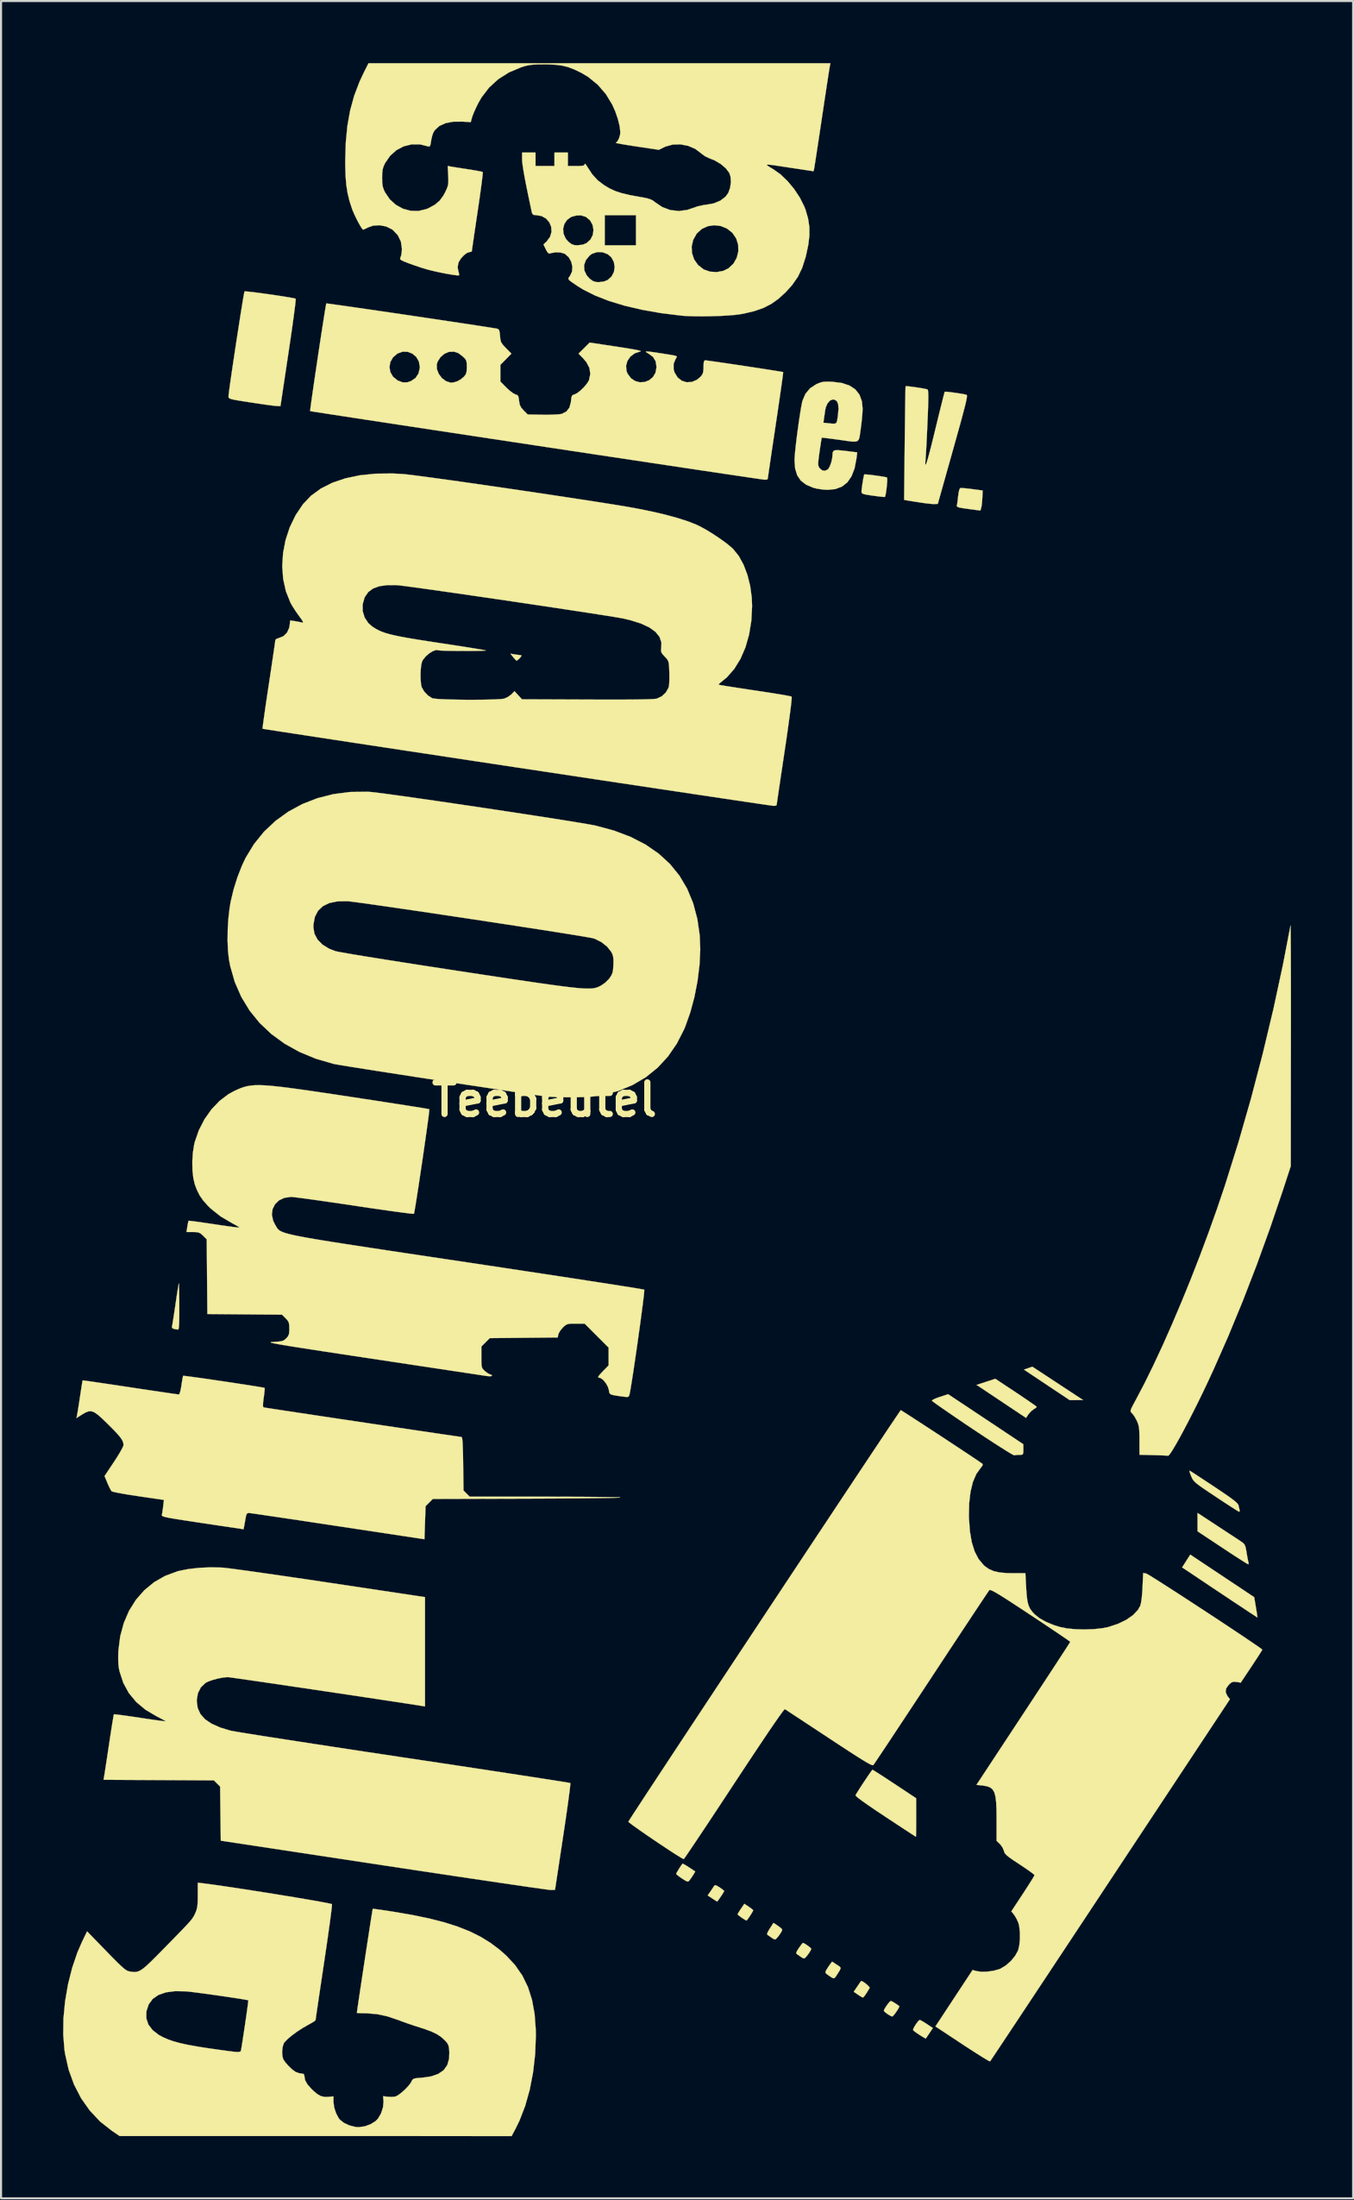
<source format=kicad_pcb>
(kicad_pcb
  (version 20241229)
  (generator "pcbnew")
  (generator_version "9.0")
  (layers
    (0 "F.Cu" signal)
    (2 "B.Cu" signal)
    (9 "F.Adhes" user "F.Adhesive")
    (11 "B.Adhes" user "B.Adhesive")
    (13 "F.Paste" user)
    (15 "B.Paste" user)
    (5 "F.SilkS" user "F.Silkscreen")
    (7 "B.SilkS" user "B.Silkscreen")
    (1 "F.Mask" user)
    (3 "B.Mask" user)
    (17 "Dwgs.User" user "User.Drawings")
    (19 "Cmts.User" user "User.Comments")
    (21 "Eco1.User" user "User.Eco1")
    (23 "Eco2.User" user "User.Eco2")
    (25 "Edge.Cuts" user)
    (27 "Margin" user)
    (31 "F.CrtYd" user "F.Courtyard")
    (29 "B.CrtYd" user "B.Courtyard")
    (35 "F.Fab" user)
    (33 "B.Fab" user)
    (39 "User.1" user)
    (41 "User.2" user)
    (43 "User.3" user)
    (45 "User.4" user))
  (footprint "Teebeutel"
    (layer "F.Cu")
    (at 23.249 50.05)
    (property "Reference" "Teebeutel" (at 0 0 0) (layer "F.SilkS") (effects (font (size 1.524 1.524) (thickness 0.3))))
    (attr through_hole)
    (fp_poly (pts (xy 24.794 13.699) (xy 26.02 14.505) (xy 25.696 14.506) (xy 25.373 14.507) (xy 24.269 13.77) (xy 23.165 13.034) (xy 23.367 12.964) (xy 23.569 12.894) (xy 24.794 13.699)) (stroke (width 0.01) (type solid)) (fill yes) (layer "F.SilkS"))
    (fp_poly (pts (xy -1.427 -21.5) (xy -1.271 -21.477) (xy -1.153 -21.464) (xy -1.137 -21.464) (xy -1.107 -21.438) (xy -1.161 -21.356) (xy -1.186 -21.328) (xy -1.28 -21.239) (xy -1.34 -21.197) (xy -1.344 -21.197) (xy -1.394 -21.237) (xy -1.48 -21.333) (xy -1.508 -21.367) (xy -1.641 -21.535) (xy -1.427 -21.5)) (stroke (width 0.01) (type solid)) (fill yes) (layer "F.SilkS"))
    (fp_poly (pts (xy 22.78 14.14) (xy 23.069 14.334) (xy 23.326 14.507) (xy 23.537 14.653) (xy 23.689 14.761) (xy 23.771 14.824) (xy 23.781 14.835) (xy 23.74 14.879) (xy 23.641 14.942) (xy 23.514 15.039) (xy 23.392 15.175) (xy 23.381 15.191) (xy 23.263 15.365) (xy 20.874 13.772) (xy 21.327 13.625) (xy 21.78 13.477) (xy 22.78 14.14)) (stroke (width 0.01) (type solid)) (fill yes) (layer "F.SilkS"))
    (fp_poly (pts (xy 15.345 42.566) (xy 15.444 42.626) (xy 15.558 42.713) (xy 15.656 42.804) (xy 15.709 42.875) (xy 15.709 42.893) (xy 15.568 43.124) (xy 15.46 43.28) (xy 15.393 43.351) (xy 15.382 43.355) (xy 15.317 43.325) (xy 15.2 43.252) (xy 15.142 43.214) (xy 14.941 43.076) (xy 15.11 42.826) (xy 15.205 42.686) (xy 15.272 42.588) (xy 15.292 42.558) (xy 15.345 42.566)) (stroke (width 0.01) (type solid)) (fill yes) (layer "F.SilkS"))
    (fp_poly (pts (xy 32.742 22.996) (xy 34.286 24.025) (xy 34.367 24.51) (xy 34.402 24.724) (xy 34.427 24.891) (xy 34.44 24.987) (xy 34.44 25.002) (xy 34.395 24.974) (xy 34.27 24.893) (xy 34.075 24.765) (xy 33.818 24.595) (xy 33.509 24.39) (xy 33.158 24.157) (xy 32.774 23.901) (xy 32.618 23.797) (xy 30.803 22.585) (xy 31 22.276) (xy 31.197 21.968) (xy 32.742 22.996)) (stroke (width 0.01) (type solid)) (fill yes) (layer "F.SilkS"))
    (fp_poly (pts (xy 11.275 39.889) (xy 11.4 39.981) (xy 11.476 40.055) (xy 11.487 40.077) (xy 11.457 40.16) (xy 11.383 40.282) (xy 11.29 40.41) (xy 11.202 40.511) (xy 11.143 40.552) (xy 11.142 40.552) (xy 11.056 40.52) (xy 10.974 40.467) (xy 10.859 40.384) (xy 10.79 40.34) (xy 10.756 40.299) (xy 10.773 40.223) (xy 10.845 40.091) (xy 10.888 40.023) (xy 11.064 39.749) (xy 11.275 39.889)) (stroke (width 0.01) (type solid)) (fill yes) (layer "F.SilkS"))
    (fp_poly (pts (xy 14.122 41.769) (xy 14.232 41.84) (xy 14.293 41.893) (xy 14.305 41.952) (xy 14.265 42.042) (xy 14.174 42.186) (xy 14.096 42.306) (xy 14.033 42.396) (xy 13.976 42.427) (xy 13.896 42.399) (xy 13.761 42.311) (xy 13.739 42.296) (xy 13.618 42.208) (xy 13.572 42.146) (xy 13.588 42.076) (xy 13.623 42.013) (xy 13.72 41.861) (xy 13.803 41.744) (xy 13.896 41.62) (xy 14.122 41.769)) (stroke (width 0.01) (type solid)) (fill yes) (layer "F.SilkS"))
    (fp_poly (pts (xy 6.718 36.908) (xy 6.832 36.972) (xy 6.985 37.069) (xy 7.284 37.268) (xy 7.196 37.418) (xy 7.101 37.565) (xy 7.018 37.679) (xy 6.967 37.738) (xy 6.916 37.755) (xy 6.838 37.726) (xy 6.707 37.646) (xy 6.647 37.607) (xy 6.499 37.505) (xy 6.397 37.423) (xy 6.363 37.383) (xy 6.39 37.324) (xy 6.456 37.21) (xy 6.541 37.075) (xy 6.622 36.953) (xy 6.668 36.892) (xy 6.718 36.908)) (stroke (width 0.01) (type solid)) (fill yes) (layer "F.SilkS"))
    (fp_poly (pts (xy 9.871 38.971) (xy 9.996 39.059) (xy 10.073 39.123) (xy 10.085 39.14) (xy 10.058 39.201) (xy 9.992 39.314) (xy 9.907 39.445) (xy 9.827 39.561) (xy 9.771 39.63) (xy 9.76 39.637) (xy 9.702 39.609) (xy 9.59 39.539) (xy 9.531 39.5) (xy 9.41 39.412) (xy 9.338 39.349) (xy 9.33 39.335) (xy 9.358 39.278) (xy 9.43 39.162) (xy 9.493 39.068) (xy 9.657 38.829) (xy 9.871 38.971)) (stroke (width 0.01) (type solid)) (fill yes) (layer "F.SilkS"))
    (fp_poly (pts (xy 18.194 44.464) (xy 18.321 44.537) (xy 18.469 44.632) (xy 18.763 44.827) (xy 18.595 45.077) (xy 18.502 45.215) (xy 18.438 45.309) (xy 18.42 45.336) (xy 18.376 45.315) (xy 18.265 45.25) (xy 18.119 45.159) (xy 17.964 45.056) (xy 17.851 44.971) (xy 17.806 44.924) (xy 17.824 44.853) (xy 17.887 44.733) (xy 17.973 44.602) (xy 18.059 44.492) (xy 18.122 44.438) (xy 18.128 44.437) (xy 18.194 44.464)) (stroke (width 0.01) (type solid)) (fill yes) (layer "F.SilkS"))
    (fp_poly (pts (xy 8.31 37.946) (xy 8.438 38.021) (xy 8.461 38.036) (xy 8.589 38.126) (xy 8.669 38.193) (xy 8.682 38.212) (xy 8.655 38.266) (xy 8.588 38.374) (xy 8.502 38.504) (xy 8.419 38.625) (xy 8.359 38.705) (xy 8.343 38.72) (xy 8.296 38.693) (xy 8.188 38.624) (xy 8.109 38.572) (xy 7.886 38.424) (xy 8.018 38.235) (xy 8.111 38.097) (xy 8.183 37.988) (xy 8.195 37.968) (xy 8.237 37.93) (xy 8.31 37.946)) (stroke (width 0.01) (type solid)) (fill yes) (layer "F.SilkS"))
    (fp_poly (pts (xy 12.555 40.744) (xy 12.665 40.813) (xy 12.78 40.896) (xy 12.866 40.969) (xy 12.888 41) (xy 12.859 41.079) (xy 12.785 41.2) (xy 12.692 41.327) (xy 12.604 41.428) (xy 12.545 41.469) (xy 12.545 41.469) (xy 12.458 41.437) (xy 12.376 41.384) (xy 12.262 41.302) (xy 12.194 41.258) (xy 12.162 41.215) (xy 12.185 41.135) (xy 12.268 40.998) (xy 12.291 40.965) (xy 12.388 40.829) (xy 12.461 40.738) (xy 12.488 40.715) (xy 12.555 40.744)) (stroke (width 0.01) (type solid)) (fill yes) (layer "F.SilkS"))
    (fp_poly (pts (xy 16.805 43.549) (xy 16.935 43.626) (xy 17.091 43.732) (xy 17.142 43.769) (xy 17.131 43.821) (xy 17.074 43.926) (xy 16.99 44.053) (xy 16.901 44.173) (xy 16.828 44.254) (xy 16.799 44.271) (xy 16.722 44.241) (xy 16.601 44.171) (xy 16.57 44.15) (xy 16.458 44.065) (xy 16.398 44.001) (xy 16.395 43.99) (xy 16.423 43.914) (xy 16.495 43.796) (xy 16.586 43.668) (xy 16.671 43.565) (xy 16.728 43.52) (xy 16.73 43.52) (xy 16.805 43.549)) (stroke (width 0.01) (type solid)) (fill yes) (layer "F.SilkS"))
    (fp_poly (pts (xy 20.315 -29.523) (xy 20.525 -29.501) (xy 20.654 -29.484) (xy 21.167 -29.416) (xy 21.153 -29.066) (xy 21.139 -28.86) (xy 21.118 -28.68) (xy 21.099 -28.582) (xy 21.059 -28.447) (xy 20.478 -28.524) (xy 20.219 -28.561) (xy 20.05 -28.592) (xy 19.956 -28.623) (xy 19.921 -28.658) (xy 19.922 -28.685) (xy 19.94 -28.78) (xy 19.962 -28.946) (xy 19.984 -29.139) (xy 20.01 -29.326) (xy 20.045 -29.467) (xy 20.081 -29.53) (xy 20.081 -29.53) (xy 20.158 -29.533) (xy 20.315 -29.523)) (stroke (width 0.01) (type solid)) (fill yes) (layer "F.SilkS"))
    (fp_poly (pts (xy -17.657 8.906) (xy -17.651 9.034) (xy -17.646 9.241) (xy -17.642 9.511) (xy -17.639 9.831) (xy -17.639 9.963) (xy -17.639 10.361) (xy -17.642 10.661) (xy -17.65 10.874) (xy -17.662 11.012) (xy -17.68 11.084) (xy -17.702 11.102) (xy -17.807 11.086) (xy -17.893 11.071) (xy -17.985 11.024) (xy -17.991 10.957) (xy -17.975 10.876) (xy -17.947 10.708) (xy -17.91 10.47) (xy -17.866 10.183) (xy -17.824 9.896) (xy -17.778 9.582) (xy -17.736 9.305) (xy -17.701 9.082) (xy -17.675 8.931) (xy -17.663 8.871) (xy -17.657 8.906)) (stroke (width 0.01) (type solid)) (fill yes) (layer "F.SilkS"))
    (fp_poly (pts (xy 32.478 20.564) (xy 32.775 20.759) (xy 33.055 20.943) (xy 33.302 21.104) (xy 33.496 21.232) (xy 33.62 21.314) (xy 33.63 21.321) (xy 33.744 21.402) (xy 33.816 21.479) (xy 33.861 21.584) (xy 33.897 21.747) (xy 33.919 21.88) (xy 33.954 22.087) (xy 33.987 22.256) (xy 34.01 22.355) (xy 34.013 22.363) (xy 34.012 22.426) (xy 33.994 22.433) (xy 33.938 22.404) (xy 33.805 22.323) (xy 33.607 22.197) (xy 33.356 22.036) (xy 33.063 21.845) (xy 32.749 21.637) (xy 31.55 20.843) (xy 31.549 20.399) (xy 31.548 19.955) (xy 32.478 20.564)) (stroke (width 0.01) (type solid)) (fill yes) (layer "F.SilkS"))
    (fp_poly (pts (xy 15.646 -30.181) (xy 15.834 -30.16) (xy 16.044 -30.132) (xy 16.248 -30.102) (xy 16.418 -30.074) (xy 16.526 -30.05) (xy 16.547 -30.042) (xy 16.559 -29.981) (xy 16.556 -29.845) (xy 16.541 -29.664) (xy 16.52 -29.468) (xy 16.493 -29.289) (xy 16.466 -29.157) (xy 16.444 -29.105) (xy 16.384 -29.105) (xy 16.241 -29.119) (xy 16.039 -29.143) (xy 15.868 -29.166) (xy 15.619 -29.203) (xy 15.458 -29.234) (xy 15.367 -29.265) (xy 15.326 -29.304) (xy 15.316 -29.356) (xy 15.316 -29.358) (xy 15.324 -29.467) (xy 15.345 -29.631) (xy 15.373 -29.818) (xy 15.403 -29.995) (xy 15.43 -30.13) (xy 15.449 -30.189) (xy 15.508 -30.192) (xy 15.646 -30.181)) (stroke (width 0.01) (type solid)) (fill yes) (layer "F.SilkS"))
    (fp_poly (pts (xy 21.316 15.429) (xy 23.132 16.637) (xy 23.134 16.893) (xy 23.131 17.047) (xy 23.107 17.122) (xy 23.042 17.147) (xy 22.951 17.149) (xy 22.803 17.156) (xy 22.698 17.171) (xy 22.695 17.172) (xy 22.636 17.148) (xy 22.498 17.07) (xy 22.289 16.942) (xy 22.02 16.773) (xy 21.699 16.567) (xy 21.336 16.33) (xy 20.942 16.07) (xy 20.675 15.892) (xy 20.266 15.617) (xy 19.885 15.359) (xy 19.543 15.125) (xy 19.248 14.921) (xy 19.009 14.754) (xy 18.835 14.629) (xy 18.736 14.553) (xy 18.717 14.534) (xy 18.759 14.493) (xy 18.881 14.433) (xy 19.058 14.366) (xy 19.103 14.351) (xy 19.5 14.222) (xy 21.316 15.429)) (stroke (width 0.01) (type solid)) (fill yes) (layer "F.SilkS"))
    (fp_poly (pts (xy 15.898 32.385) (xy 16.027 32.465) (xy 16.22 32.588) (xy 16.464 32.746) (xy 16.745 32.931) (xy 16.917 33.044) (xy 17.955 33.732) (xy 17.957 34.662) (xy 17.956 34.965) (xy 17.955 35.227) (xy 17.952 35.43) (xy 17.948 35.556) (xy 17.944 35.591) (xy 17.898 35.562) (xy 17.772 35.481) (xy 17.577 35.354) (xy 17.325 35.189) (xy 17.025 34.992) (xy 16.689 34.77) (xy 16.459 34.619) (xy 15.996 34.311) (xy 15.625 34.058) (xy 15.344 33.859) (xy 15.151 33.714) (xy 15.047 33.621) (xy 15.027 33.582) (xy 15.126 33.42) (xy 15.252 33.222) (xy 15.391 33.008) (xy 15.532 32.797) (xy 15.66 32.608) (xy 15.763 32.46) (xy 15.829 32.372) (xy 15.845 32.357) (xy 15.898 32.385)) (stroke (width 0.01) (type solid)) (fill yes) (layer "F.SilkS"))
    (fp_poly (pts (xy 31.223 17.947) (xy 31.355 18.032) (xy 31.553 18.16) (xy 31.802 18.324) (xy 32.091 18.514) (xy 32.351 18.686) (xy 32.726 18.937) (xy 33.017 19.137) (xy 33.234 19.294) (xy 33.384 19.413) (xy 33.476 19.501) (xy 33.518 19.565) (xy 33.522 19.576) (xy 33.557 19.72) (xy 33.579 19.805) (xy 33.58 19.883) (xy 33.56 19.898) (xy 33.505 19.869) (xy 33.373 19.789) (xy 33.177 19.664) (xy 32.93 19.504) (xy 32.645 19.317) (xy 32.438 19.179) (xy 32.098 18.953) (xy 31.837 18.776) (xy 31.642 18.639) (xy 31.502 18.532) (xy 31.405 18.444) (xy 31.338 18.367) (xy 31.291 18.29) (xy 31.251 18.203) (xy 31.241 18.179) (xy 31.185 18.031) (xy 31.16 17.935) (xy 31.167 17.914) (xy 31.223 17.947)) (stroke (width 0.01) (type solid)) (fill yes) (layer "F.SilkS"))
    (fp_poly (pts (xy -14.279 -39.016) (xy -14.062 -38.991) (xy -13.793 -38.957) (xy -13.491 -38.916) (xy -13.176 -38.872) (xy -12.865 -38.826) (xy -12.577 -38.781) (xy -12.33 -38.74) (xy -12.143 -38.706) (xy -12.034 -38.68) (xy -12.015 -38.673) (xy -12.016 -38.614) (xy -12.031 -38.46) (xy -12.06 -38.219) (xy -12.101 -37.904) (xy -12.153 -37.524) (xy -12.214 -37.089) (xy -12.284 -36.61) (xy -12.36 -36.098) (xy -12.365 -36.064) (xy -12.752 -33.489) (xy -12.942 -33.496) (xy -13.053 -33.507) (xy -13.251 -33.531) (xy -13.516 -33.568) (xy -13.827 -33.613) (xy -14.165 -33.664) (xy -14.196 -33.668) (xy -14.558 -33.725) (xy -14.827 -33.768) (xy -15.017 -33.804) (xy -15.141 -33.834) (xy -15.214 -33.863) (xy -15.249 -33.896) (xy -15.26 -33.935) (xy -15.26 -33.971) (xy -15.252 -34.062) (xy -15.229 -34.242) (xy -15.194 -34.499) (xy -15.148 -34.82) (xy -15.094 -35.193) (xy -15.033 -35.604) (xy -14.967 -36.041) (xy -14.899 -36.49) (xy -14.83 -36.94) (xy -14.762 -37.377) (xy -14.698 -37.789) (xy -14.638 -38.163) (xy -14.586 -38.485) (xy -14.543 -38.743) (xy -14.51 -38.925) (xy -14.491 -39.018) (xy -14.488 -39.027) (xy -14.428 -39.028) (xy -14.279 -39.016)) (stroke (width 0.01) (type solid)) (fill yes) (layer "F.SilkS"))
    (fp_poly (pts (xy 36.042 -8.378) (xy 36.045 -8.243) (xy 36.048 -8.012) (xy 36.05 -7.695) (xy 36.053 -7.296) (xy 36.054 -6.822) (xy 36.056 -6.282) (xy 36.057 -5.68) (xy 36.058 -5.024) (xy 36.058 -4.32) (xy 36.058 -3.576) (xy 36.057 -2.798) (xy 36.057 -2.669) (xy 36.051 3.209) (xy 35.683 4.336) (xy 35.063 6.165) (xy 34.41 7.968) (xy 33.731 9.726) (xy 33.033 11.419) (xy 32.322 13.029) (xy 32.063 13.59) (xy 31.829 14.083) (xy 31.591 14.572) (xy 31.354 15.046) (xy 31.124 15.497) (xy 30.905 15.914) (xy 30.703 16.289) (xy 30.523 16.611) (xy 30.369 16.871) (xy 30.248 17.061) (xy 30.164 17.169) (xy 30.129 17.191) (xy 30.052 17.185) (xy 29.892 17.178) (xy 29.67 17.17) (xy 29.41 17.163) (xy 29.404 17.163) (xy 28.744 17.146) (xy 28.743 16.46) (xy 28.741 16.163) (xy 28.732 15.948) (xy 28.713 15.79) (xy 28.681 15.662) (xy 28.631 15.538) (xy 28.616 15.504) (xy 28.524 15.332) (xy 28.427 15.19) (xy 28.38 15.137) (xy 28.334 15.093) (xy 28.314 15.046) (xy 28.323 14.978) (xy 28.369 14.869) (xy 28.455 14.702) (xy 28.57 14.49) (xy 28.985 13.7) (xy 29.418 12.819) (xy 29.865 11.861) (xy 30.318 10.84) (xy 30.773 9.768) (xy 31.224 8.662) (xy 31.665 7.533) (xy 32.089 6.396) (xy 32.492 5.265) (xy 32.868 4.154) (xy 32.886 4.099) (xy 33.523 2.064) (xy 34.129 -0.047) (xy 34.695 -2.206) (xy 35.215 -4.384) (xy 35.681 -6.552) (xy 36.039 -8.413) (xy 36.042 -8.378)) (stroke (width 0.01) (type solid)) (fill yes) (layer "F.SilkS"))
    (fp_poly (pts (xy 17.639 -34.439) (xy 17.824 -34.415) (xy 18.03 -34.386) (xy 18.229 -34.354) (xy 18.392 -34.323) (xy 18.492 -34.299) (xy 18.505 -34.293) (xy 18.524 -34.257) (xy 18.536 -34.169) (xy 18.542 -34.019) (xy 18.541 -33.798) (xy 18.534 -33.497) (xy 18.52 -33.104) (xy 18.505 -32.752) (xy 18.487 -32.342) (xy 18.469 -31.95) (xy 18.451 -31.594) (xy 18.434 -31.293) (xy 18.42 -31.065) (xy 18.41 -30.928) (xy 18.397 -30.754) (xy 18.4 -30.665) (xy 18.42 -30.663) (xy 18.458 -30.751) (xy 18.515 -30.931) (xy 18.591 -31.207) (xy 18.688 -31.581) (xy 18.806 -32.056) (xy 18.899 -32.438) (xy 19 -32.852) (xy 19.093 -33.232) (xy 19.176 -33.565) (xy 19.244 -33.838) (xy 19.296 -34.04) (xy 19.328 -34.157) (xy 19.336 -34.183) (xy 19.394 -34.185) (xy 19.53 -34.173) (xy 19.716 -34.15) (xy 19.922 -34.121) (xy 20.121 -34.09) (xy 20.284 -34.061) (xy 20.383 -34.037) (xy 20.388 -34.035) (xy 20.404 -34.015) (xy 20.409 -33.966) (xy 20.399 -33.88) (xy 20.375 -33.749) (xy 20.332 -33.566) (xy 20.27 -33.321) (xy 20.187 -33.007) (xy 20.081 -32.616) (xy 19.948 -32.14) (xy 19.789 -31.571) (xy 19.737 -31.386) (xy 19.001 -28.77) (xy 18.844 -28.762) (xy 18.719 -28.766) (xy 18.524 -28.785) (xy 18.292 -28.815) (xy 18.201 -28.828) (xy 17.961 -28.865) (xy 17.743 -28.9) (xy 17.583 -28.926) (xy 17.545 -28.932) (xy 17.375 -28.962) (xy 17.404 -31.698) (xy 17.41 -32.23) (xy 17.416 -32.729) (xy 17.422 -33.184) (xy 17.427 -33.584) (xy 17.433 -33.921) (xy 17.438 -34.183) (xy 17.442 -34.361) (xy 17.445 -34.444) (xy 17.446 -34.448) (xy 17.503 -34.451) (xy 17.639 -34.439)) (stroke (width 0.01) (type solid)) (fill yes) (layer "F.SilkS"))
    (fp_poly (pts (xy 13.828 -34.668) (xy 13.905 -34.665) (xy 14.361 -34.608) (xy 14.732 -34.485) (xy 15.017 -34.298) (xy 15.217 -34.044) (xy 15.334 -33.723) (xy 15.368 -33.381) (xy 15.361 -33.181) (xy 15.339 -32.913) (xy 15.307 -32.616) (xy 15.278 -32.397) (xy 15.246 -32.163) (xy 15.22 -31.991) (xy 15.183 -31.875) (xy 15.12 -31.805) (xy 15.017 -31.776) (xy 14.856 -31.779) (xy 14.624 -31.808) (xy 14.304 -31.854) (xy 14.184 -31.871) (xy 13.909 -31.908) (xy 13.675 -31.938) (xy 13.501 -31.958) (xy 13.407 -31.966) (xy 13.396 -31.965) (xy 13.383 -31.909) (xy 13.36 -31.768) (xy 13.328 -31.561) (xy 13.291 -31.311) (xy 13.289 -31.294) (xy 13.251 -31.016) (xy 13.229 -30.824) (xy 13.223 -30.695) (xy 13.234 -30.607) (xy 13.261 -30.541) (xy 13.286 -30.499) (xy 13.411 -30.388) (xy 13.558 -30.368) (xy 13.697 -30.441) (xy 13.711 -30.456) (xy 13.788 -30.588) (xy 13.857 -30.781) (xy 13.903 -30.989) (xy 13.914 -31.116) (xy 13.921 -31.237) (xy 13.954 -31.315) (xy 14.028 -31.355) (xy 14.162 -31.364) (xy 14.374 -31.346) (xy 14.557 -31.325) (xy 15.109 -31.256) (xy 15.073 -30.965) (xy 14.982 -30.489) (xy 14.836 -30.105) (xy 14.635 -29.811) (xy 14.375 -29.606) (xy 14.055 -29.485) (xy 13.674 -29.447) (xy 13.419 -29.465) (xy 13.156 -29.506) (xy 12.988 -29.548) (xy 12.642 -29.695) (xy 12.385 -29.892) (xy 12.21 -30.147) (xy 12.111 -30.472) (xy 12.08 -30.86) (xy 12.089 -31.042) (xy 12.112 -31.308) (xy 12.147 -31.636) (xy 12.191 -32.004) (xy 12.242 -32.389) (xy 12.284 -32.687) (xy 13.474 -32.687) (xy 13.68 -32.666) (xy 13.895 -32.643) (xy 14.026 -32.642) (xy 14.099 -32.68) (xy 14.136 -32.774) (xy 14.163 -32.942) (xy 14.174 -33.019) (xy 14.206 -33.349) (xy 14.188 -33.587) (xy 14.119 -33.738) (xy 13.998 -33.807) (xy 13.938 -33.813) (xy 13.799 -33.763) (xy 13.678 -33.629) (xy 13.592 -33.437) (xy 13.567 -33.326) (xy 13.537 -33.118) (xy 13.506 -32.909) (xy 13.505 -32.899) (xy 13.474 -32.687) (xy 12.284 -32.687) (xy 12.295 -32.769) (xy 12.349 -33.122) (xy 12.399 -33.426) (xy 12.444 -33.659) (xy 12.465 -33.748) (xy 12.607 -34.082) (xy 12.833 -34.353) (xy 13.135 -34.549) (xy 13.14 -34.552) (xy 13.303 -34.62) (xy 13.446 -34.658) (xy 13.608 -34.672) (xy 13.828 -34.668)) (stroke (width 0.01) (type solid)) (fill yes) (layer "F.SilkS"))
    (fp_poly (pts (xy -15.617 22.592) (xy -15.526 22.598) (xy -15.385 22.613) (xy -15.147 22.642) (xy -14.82 22.685) (xy -14.414 22.74) (xy -13.937 22.807) (xy -13.399 22.884) (xy -12.808 22.969) (xy -12.174 23.061) (xy -11.505 23.159) (xy -10.811 23.263) (xy -10.362 23.33) (xy -5.77 24.02) (xy -5.77 29.297) (xy -5.973 29.265) (xy -6.274 29.218) (xy -6.648 29.16) (xy -7.087 29.093) (xy -7.58 29.018) (xy -8.118 28.937) (xy -8.692 28.851) (xy -9.293 28.761) (xy -9.911 28.668) (xy -10.537 28.575) (xy -11.162 28.482) (xy -11.776 28.391) (xy -12.371 28.304) (xy -12.936 28.22) (xy -13.462 28.143) (xy -13.941 28.073) (xy -14.362 28.012) (xy -14.717 27.961) (xy -14.996 27.922) (xy -15.19 27.895) (xy -15.29 27.882) (xy -15.3 27.882) (xy -15.511 27.901) (xy -15.763 27.949) (xy -16.017 28.016) (xy -16.236 28.093) (xy -16.373 28.162) (xy -16.598 28.379) (xy -16.74 28.661) (xy -16.795 28.998) (xy -16.795 29.04) (xy -16.751 29.372) (xy -16.62 29.662) (xy -16.398 29.914) (xy -16.081 30.131) (xy -15.667 30.315) (xy -15.172 30.465) (xy -15.07 30.485) (xy -14.868 30.521) (xy -14.572 30.57) (xy -14.188 30.632) (xy -13.722 30.706) (xy -13.181 30.791) (xy -12.57 30.886) (xy -11.897 30.99) (xy -11.167 31.102) (xy -10.387 31.221) (xy -9.563 31.347) (xy -8.701 31.478) (xy -7.807 31.612) (xy -6.888 31.751) (xy -6.768 31.769) (xy -5.853 31.906) (xy -4.968 32.039) (xy -4.118 32.167) (xy -3.308 32.29) (xy -2.545 32.406) (xy -1.835 32.514) (xy -1.183 32.614) (xy -0.596 32.704) (xy -0.079 32.784) (xy 0.362 32.852) (xy 0.721 32.909) (xy 0.992 32.952) (xy 1.17 32.982) (xy 1.248 32.997) (xy 1.251 32.998) (xy 1.251 33.056) (xy 1.235 33.211) (xy 1.206 33.451) (xy 1.164 33.766) (xy 1.112 34.146) (xy 1.05 34.58) (xy 0.98 35.058) (xy 0.903 35.569) (xy 0.9 35.592) (xy 0.511 38.154) (xy 0.323 38.162) (xy 0.248 38.155) (xy 0.074 38.133) (xy -0.196 38.096) (xy -0.554 38.046) (xy -0.994 37.982) (xy -1.51 37.907) (xy -2.097 37.821) (xy -2.748 37.725) (xy -3.458 37.62) (xy -4.219 37.507) (xy -5.026 37.386) (xy -5.874 37.259) (xy -6.755 37.126) (xy -7.664 36.989) (xy -7.75 36.976) (xy -15.634 35.781) (xy -15.65 34.475) (xy -15.666 33.168) (xy -15.816 33.018) (xy -15.965 32.869) (xy -18.632 32.854) (xy -21.298 32.839) (xy -21.271 32.692) (xy -21.256 32.601) (xy -21.227 32.418) (xy -21.188 32.161) (xy -21.139 31.844) (xy -21.085 31.484) (xy -21.03 31.121) (xy -20.973 30.743) (xy -20.92 30.4) (xy -20.874 30.109) (xy -20.836 29.882) (xy -20.81 29.733) (xy -20.797 29.678) (xy -20.741 29.68) (xy -20.593 29.697) (xy -20.369 29.726) (xy -20.084 29.766) (xy -19.752 29.814) (xy -19.545 29.845) (xy -19.194 29.898) (xy -18.881 29.944) (xy -18.62 29.98) (xy -18.427 30.005) (xy -18.317 30.017) (xy -18.297 30.017) (xy -18.335 29.988) (xy -18.449 29.923) (xy -18.62 29.834) (xy -18.726 29.78) (xy -19.267 29.461) (xy -19.716 29.086) (xy -20.074 28.654) (xy -20.342 28.163) (xy -20.523 27.611) (xy -20.557 27.449) (xy -20.579 27.258) (xy -20.589 27.002) (xy -20.586 26.724) (xy -20.581 26.613) (xy -20.493 25.917) (xy -20.319 25.269) (xy -20.064 24.678) (xy -19.732 24.148) (xy -19.327 23.687) (xy -18.856 23.3) (xy -18.322 22.994) (xy -17.731 22.776) (xy -17.65 22.754) (xy -17.202 22.665) (xy -16.689 22.607) (xy -16.147 22.582) (xy -15.617 22.592)) (stroke (width 0.01) (type solid)) (fill yes) (layer "F.SilkS"))
    (fp_poly (pts (xy -17.395 13.337) (xy -17.247 13.355) (xy -17.021 13.384) (xy -16.732 13.424) (xy -16.395 13.472) (xy -16.023 13.526) (xy -15.631 13.583) (xy -15.234 13.642) (xy -14.846 13.701) (xy -14.481 13.757) (xy -14.154 13.808) (xy -13.88 13.852) (xy -13.673 13.887) (xy -13.547 13.91) (xy -13.514 13.919) (xy -13.513 13.978) (xy -13.525 14.118) (xy -13.55 14.312) (xy -13.561 14.39) (xy -13.591 14.633) (xy -13.597 14.783) (xy -13.578 14.851) (xy -13.568 14.858) (xy -13.506 14.869) (xy -13.346 14.894) (xy -13.098 14.932) (xy -12.772 14.982) (xy -12.376 15.042) (xy -11.92 15.111) (xy -11.414 15.187) (xy -10.866 15.27) (xy -10.286 15.357) (xy -9.683 15.447) (xy -9.066 15.539) (xy -8.445 15.632) (xy -7.83 15.724) (xy -7.229 15.813) (xy -6.651 15.899) (xy -6.107 15.98) (xy -5.605 16.054) (xy -5.155 16.121) (xy -4.766 16.178) (xy -4.447 16.224) (xy -4.208 16.259) (xy -4.058 16.28) (xy -4.006 16.286) (xy -3.984 16.317) (xy -3.966 16.415) (xy -3.952 16.589) (xy -3.941 16.846) (xy -3.932 17.196) (xy -3.926 17.579) (xy -3.91 18.872) (xy -3.611 19.171) (xy 0.028 19.171) (xy 0.644 19.172) (xy 1.227 19.174) (xy 1.768 19.176) (xy 2.259 19.18) (xy 2.691 19.184) (xy 3.055 19.189) (xy 3.342 19.195) (xy 3.544 19.201) (xy 3.651 19.207) (xy 3.667 19.211) (xy 3.614 19.217) (xy 3.462 19.223) (xy 3.217 19.229) (xy 2.888 19.235) (xy 2.483 19.241) (xy 2.009 19.247) (xy 1.475 19.252) (xy 0.888 19.256) (xy 0.256 19.26) (xy -0.413 19.263) (xy -0.862 19.265) (xy -5.391 19.279) (xy -5.743 19.631) (xy -5.797 21.225) (xy -9.977 20.593) (xy -10.637 20.493) (xy -11.269 20.398) (xy -11.863 20.308) (xy -12.411 20.227) (xy -12.905 20.153) (xy -13.336 20.09) (xy -13.696 20.037) (xy -13.977 19.996) (xy -14.17 19.969) (xy -14.267 19.957) (xy -14.275 19.956) (xy -14.359 19.975) (xy -14.406 20.057) (xy -14.427 20.156) (xy -14.461 20.354) (xy -14.497 20.548) (xy -14.497 20.55) (xy -14.534 20.742) (xy -16.519 20.445) (xy -17.031 20.368) (xy -17.446 20.305) (xy -17.775 20.253) (xy -18.027 20.211) (xy -18.212 20.176) (xy -18.339 20.147) (xy -18.42 20.121) (xy -18.463 20.096) (xy -18.48 20.07) (xy -18.478 20.041) (xy -18.477 20.037) (xy -18.456 19.922) (xy -18.431 19.747) (xy -18.415 19.627) (xy -18.38 19.327) (xy -19.611 19.147) (xy -19.966 19.093) (xy -20.286 19.041) (xy -20.556 18.992) (xy -20.759 18.951) (xy -20.88 18.919) (xy -20.906 18.908) (xy -20.958 18.829) (xy -21.032 18.683) (xy -21.109 18.511) (xy -21.249 18.174) (xy -20.79 17.486) (xy -20.63 17.239) (xy -20.494 17.014) (xy -20.393 16.83) (xy -20.338 16.707) (xy -20.331 16.675) (xy -20.344 16.568) (xy -20.389 16.453) (xy -20.475 16.319) (xy -20.614 16.152) (xy -20.813 15.94) (xy -21.082 15.67) (xy -21.1 15.653) (xy -21.364 15.397) (xy -21.571 15.215) (xy -21.737 15.099) (xy -21.879 15.045) (xy -22.012 15.046) (xy -22.153 15.097) (xy -22.319 15.192) (xy -22.347 15.209) (xy -22.605 15.373) (xy -22.574 15.223) (xy -22.555 15.116) (xy -22.524 14.926) (xy -22.485 14.678) (xy -22.442 14.397) (xy -22.43 14.318) (xy -22.389 14.047) (xy -22.353 13.818) (xy -22.326 13.65) (xy -22.31 13.562) (xy -22.308 13.554) (xy -22.254 13.56) (xy -22.105 13.58) (xy -21.871 13.613) (xy -21.564 13.658) (xy -21.193 13.713) (xy -20.771 13.775) (xy -20.307 13.845) (xy -20.007 13.89) (xy -19.522 13.963) (xy -19.069 14.031) (xy -18.659 14.091) (xy -18.304 14.144) (xy -18.016 14.186) (xy -17.805 14.216) (xy -17.682 14.233) (xy -17.656 14.236) (xy -17.622 14.187) (xy -17.582 14.054) (xy -17.545 13.862) (xy -17.535 13.797) (xy -17.504 13.591) (xy -17.476 13.431) (xy -17.455 13.343) (xy -17.451 13.334) (xy -17.395 13.337)) (stroke (width 0.01) (type solid)) (fill yes) (layer "F.SilkS"))
    (fp_poly (pts (xy -8.44 -14.862) (xy -8.29 -14.848) (xy -8.044 -14.819) (xy -7.71 -14.776) (xy -7.298 -14.72) (xy -6.818 -14.654) (xy -6.28 -14.578) (xy -5.693 -14.494) (xy -5.066 -14.403) (xy -4.409 -14.307) (xy -3.732 -14.207) (xy -3.045 -14.105) (xy -2.357 -14.002) (xy -1.677 -13.899) (xy -1.015 -13.798) (xy -0.381 -13.701) (xy 0.216 -13.608) (xy 0.765 -13.522) (xy 1.259 -13.443) (xy 1.686 -13.373) (xy 2.037 -13.314) (xy 2.303 -13.267) (xy 2.474 -13.233) (xy 2.476 -13.232) (xy 3.366 -12.992) (xy 4.169 -12.687) (xy 4.885 -12.318) (xy 5.516 -11.883) (xy 6.061 -11.384) (xy 6.52 -10.819) (xy 6.893 -10.189) (xy 7.181 -9.494) (xy 7.385 -8.732) (xy 7.499 -7.944) (xy 7.527 -7.252) (xy 7.49 -6.506) (xy 7.395 -5.731) (xy 7.245 -4.958) (xy 7.045 -4.213) (xy 6.8 -3.525) (xy 6.751 -3.407) (xy 6.394 -2.706) (xy 5.965 -2.084) (xy 5.465 -1.543) (xy 4.897 -1.085) (xy 4.263 -0.711) (xy 3.568 -0.423) (xy 2.813 -0.225) (xy 2.457 -0.166) (xy 2.213 -0.142) (xy 1.889 -0.126) (xy 1.514 -0.118) (xy 1.118 -0.117) (xy 0.728 -0.123) (xy 0.372 -0.137) (xy 0.079 -0.158) (xy -0.01 -0.168) (xy -0.229 -0.198) (xy -0.535 -0.241) (xy -0.916 -0.296) (xy -1.365 -0.362) (xy -1.872 -0.437) (xy -2.427 -0.52) (xy -3.02 -0.61) (xy -3.644 -0.704) (xy -4.287 -0.802) (xy -4.941 -0.901) (xy -5.596 -1.002) (xy -6.243 -1.101) (xy -6.873 -1.199) (xy -7.475 -1.292) (xy -8.041 -1.38) (xy -8.562 -1.462) (xy -9.027 -1.536) (xy -9.428 -1.6) (xy -9.754 -1.653) (xy -9.997 -1.694) (xy -10.148 -1.72) (xy -10.184 -1.728) (xy -11.04 -1.977) (xy -11.829 -2.303) (xy -12.548 -2.702) (xy -13.192 -3.171) (xy -13.759 -3.707) (xy -14.244 -4.306) (xy -14.644 -4.964) (xy -14.956 -5.678) (xy -15.176 -6.444) (xy -15.239 -6.773) (xy -15.286 -7.194) (xy -15.306 -7.685) (xy -15.299 -8.214) (xy -15.292 -8.326) (xy -11.162 -8.326) (xy -11.11 -8.013) (xy -10.959 -7.73) (xy -10.718 -7.485) (xy -10.395 -7.287) (xy -10.094 -7.172) (xy -9.992 -7.149) (xy -9.791 -7.111) (xy -9.498 -7.06) (xy -9.121 -6.996) (xy -8.668 -6.921) (xy -8.145 -6.837) (xy -7.561 -6.743) (xy -6.923 -6.643) (xy -6.239 -6.536) (xy -5.516 -6.424) (xy -4.761 -6.308) (xy -4.071 -6.202) (xy -3.12 -6.058) (xy -2.268 -5.929) (xy -1.511 -5.815) (xy -0.842 -5.716) (xy -0.256 -5.63) (xy 0.255 -5.558) (xy 0.696 -5.498) (xy 1.073 -5.45) (xy 1.392 -5.413) (xy 1.659 -5.386) (xy 1.882 -5.37) (xy 2.065 -5.363) (xy 2.215 -5.365) (xy 2.337 -5.374) (xy 2.439 -5.392) (xy 2.526 -5.416) (xy 2.605 -5.446) (xy 2.68 -5.482) (xy 2.724 -5.504) (xy 2.93 -5.645) (xy 3.115 -5.828) (xy 3.147 -5.87) (xy 3.237 -6.007) (xy 3.29 -6.134) (xy 3.318 -6.291) (xy 3.332 -6.517) (xy 3.335 -6.748) (xy 3.319 -6.909) (xy 3.278 -7.039) (xy 3.224 -7.143) (xy 3.029 -7.389) (xy 2.761 -7.603) (xy 2.454 -7.76) (xy 2.362 -7.791) (xy 2.263 -7.812) (xy 2.066 -7.848) (xy 1.78 -7.897) (xy 1.412 -7.957) (xy 0.973 -8.028) (xy 0.471 -8.107) (xy -0.086 -8.195) (xy -0.689 -8.288) (xy -1.329 -8.387) (xy -1.998 -8.489) (xy -2.687 -8.594) (xy -3.386 -8.7) (xy -4.089 -8.806) (xy -4.785 -8.91) (xy -5.466 -9.012) (xy -6.123 -9.109) (xy -6.749 -9.201) (xy -7.333 -9.286) (xy -7.868 -9.363) (xy -8.344 -9.431) (xy -8.754 -9.488) (xy -9.087 -9.533) (xy -9.337 -9.565) (xy -9.493 -9.582) (xy -9.521 -9.584) (xy -9.992 -9.577) (xy -10.385 -9.498) (xy -10.699 -9.347) (xy -10.934 -9.125) (xy -11.087 -8.834) (xy -11.157 -8.473) (xy -11.162 -8.326) (xy -15.292 -8.326) (xy -15.266 -8.748) (xy -15.208 -9.253) (xy -15.156 -9.56) (xy -15.017 -10.143) (xy -14.832 -10.734) (xy -14.615 -11.293) (xy -14.435 -11.675) (xy -14.031 -12.34) (xy -13.549 -12.936) (xy -12.994 -13.459) (xy -12.375 -13.906) (xy -11.697 -14.273) (xy -10.969 -14.557) (xy -10.196 -14.753) (xy -9.387 -14.858) (xy -8.548 -14.868) (xy -8.44 -14.862)) (stroke (width 0.01) (type solid)) (fill yes) (layer "F.SilkS"))
    (fp_poly (pts (xy -13.512 -0.691) (xy -13.206 -0.669) (xy -12.847 -0.632) (xy -12.426 -0.582) (xy -11.936 -0.516) (xy -11.369 -0.436) (xy -10.717 -0.34) (xy -9.972 -0.229) (xy -9.359 -0.136) (xy -8.735 -0.041) (xy -8.142 0.049) (xy -7.589 0.135) (xy -7.085 0.213) (xy -6.638 0.283) (xy -6.257 0.343) (xy -5.95 0.392) (xy -5.727 0.43) (xy -5.595 0.453) (xy -5.561 0.461) (xy -5.563 0.518) (xy -5.58 0.669) (xy -5.609 0.901) (xy -5.65 1.201) (xy -5.699 1.556) (xy -5.756 1.955) (xy -5.817 2.383) (xy -5.882 2.829) (xy -5.949 3.279) (xy -6.015 3.72) (xy -6.078 4.141) (xy -6.138 4.528) (xy -6.191 4.868) (xy -6.237 5.149) (xy -6.273 5.358) (xy -6.297 5.481) (xy -6.305 5.51) (xy -6.363 5.509) (xy -6.517 5.494) (xy -6.758 5.464) (xy -7.076 5.422) (xy -7.461 5.369) (xy -7.903 5.306) (xy -8.392 5.236) (xy -8.917 5.158) (xy -9.168 5.12) (xy -9.715 5.038) (xy -10.237 4.962) (xy -10.723 4.892) (xy -11.16 4.83) (xy -11.539 4.778) (xy -11.849 4.737) (xy -12.078 4.709) (xy -12.215 4.695) (xy -12.242 4.694) (xy -12.561 4.739) (xy -12.822 4.862) (xy -13.016 5.05) (xy -13.133 5.286) (xy -13.166 5.555) (xy -13.106 5.843) (xy -13.002 6.05) (xy -12.967 6.108) (xy -12.936 6.161) (xy -12.905 6.21) (xy -12.868 6.255) (xy -12.821 6.298) (xy -12.759 6.339) (xy -12.677 6.379) (xy -12.57 6.42) (xy -12.434 6.462) (xy -12.263 6.506) (xy -12.052 6.554) (xy -11.797 6.605) (xy -11.493 6.662) (xy -11.135 6.724) (xy -10.718 6.794) (xy -10.238 6.871) (xy -9.688 6.957) (xy -9.065 7.053) (xy -8.364 7.16) (xy -7.58 7.279) (xy -6.707 7.41) (xy -5.742 7.555) (xy -4.678 7.714) (xy -3.748 7.853) (xy -2.803 7.995) (xy -1.886 8.133) (xy -1.004 8.267) (xy -0.162 8.394) (xy 0.634 8.515) (xy 1.379 8.629) (xy 2.066 8.735) (xy 2.69 8.831) (xy 3.246 8.917) (xy 3.727 8.993) (xy 4.128 9.056) (xy 4.444 9.107) (xy 4.667 9.145) (xy 4.794 9.168) (xy 4.822 9.174) (xy 4.822 9.233) (xy 4.808 9.385) (xy 4.781 9.618) (xy 4.744 9.92) (xy 4.697 10.277) (xy 4.644 10.677) (xy 4.585 11.108) (xy 4.522 11.555) (xy 4.458 12.008) (xy 4.393 12.452) (xy 4.331 12.876) (xy 4.272 13.265) (xy 4.218 13.609) (xy 4.172 13.893) (xy 4.135 14.106) (xy 4.108 14.234) (xy 4.107 14.238) (xy 4.081 14.315) (xy 4.034 14.351) (xy 3.937 14.354) (xy 3.775 14.334) (xy 3.507 14.297) (xy 3.328 14.266) (xy 3.217 14.235) (xy 3.158 14.192) (xy 3.13 14.13) (xy 3.115 14.038) (xy 3.112 14.014) (xy 3.061 13.852) (xy 2.964 13.684) (xy 2.843 13.538) (xy 2.723 13.446) (xy 2.659 13.428) (xy 2.602 13.415) (xy 2.605 13.366) (xy 2.674 13.272) (xy 2.817 13.119) (xy 2.845 13.091) (xy 3.101 12.831) (xy 3.101 11.973) (xy 1.941 10.813) (xy 1.513 10.813) (xy 1.296 10.815) (xy 1.154 10.829) (xy 1.055 10.864) (xy 0.966 10.929) (xy 0.895 10.996) (xy 0.774 11.138) (xy 0.69 11.281) (xy 0.673 11.331) (xy 0.64 11.482) (xy -1.001 11.498) (xy -2.641 11.514) (xy -3.047 11.92) (xy -3.047 12.436) (xy -3.046 12.675) (xy -3.038 12.833) (xy -3.015 12.936) (xy -2.973 13.01) (xy -2.902 13.081) (xy -2.871 13.109) (xy -2.745 13.206) (xy -2.64 13.261) (xy -2.615 13.266) (xy -2.543 13.297) (xy -2.535 13.323) (xy -2.585 13.355) (xy -2.733 13.35) (xy -2.791 13.343) (xy -2.88 13.329) (xy -3.068 13.301) (xy -3.347 13.259) (xy -3.71 13.204) (xy -4.148 13.138) (xy -4.656 13.062) (xy -5.223 12.976) (xy -5.844 12.883) (xy -6.51 12.782) (xy -7.214 12.676) (xy -7.948 12.565) (xy -8.305 12.511) (xy -9.169 12.381) (xy -9.933 12.265) (xy -10.6 12.164) (xy -11.178 12.075) (xy -11.67 11.999) (xy -12.084 11.934) (xy -12.424 11.879) (xy -12.696 11.834) (xy -12.905 11.797) (xy -13.057 11.768) (xy -13.157 11.745) (xy -13.211 11.728) (xy -13.224 11.715) (xy -13.203 11.706) (xy -13.151 11.7) (xy -13.092 11.697) (xy -12.859 11.683) (xy -12.705 11.663) (xy -12.601 11.628) (xy -12.519 11.57) (xy -12.472 11.526) (xy -12.385 11.424) (xy -12.34 11.316) (xy -12.324 11.16) (xy -12.323 11.055) (xy -12.329 10.865) (xy -12.357 10.74) (xy -12.424 10.637) (xy -12.499 10.557) (xy -12.675 10.381) (xy -14.479 10.366) (xy -16.282 10.35) (xy -16.298 8.546) (xy -16.313 6.743) (xy -16.489 6.567) (xy -16.604 6.464) (xy -16.711 6.412) (xy -16.856 6.392) (xy -16.978 6.39) (xy -17.29 6.39) (xy -17.249 6.127) (xy -17.222 5.972) (xy -17.198 5.869) (xy -17.19 5.847) (xy -17.134 5.85) (xy -16.986 5.867) (xy -16.763 5.896) (xy -16.479 5.937) (xy -16.149 5.985) (xy -15.963 6.013) (xy -15.615 6.065) (xy -15.305 6.109) (xy -15.047 6.144) (xy -14.857 6.167) (xy -14.75 6.177) (xy -14.732 6.176) (xy -14.766 6.143) (xy -14.874 6.078) (xy -15.035 5.992) (xy -15.054 5.982) (xy -15.639 5.64) (xy -16.126 5.252) (xy -16.265 5.115) (xy -16.491 4.858) (xy -16.658 4.617) (xy -16.79 4.348) (xy -16.885 4.099) (xy -16.96 3.787) (xy -17.002 3.407) (xy -17.009 2.99) (xy -16.983 2.569) (xy -16.922 2.178) (xy -16.89 2.042) (xy -16.692 1.473) (xy -16.419 0.943) (xy -16.082 0.467) (xy -15.692 0.058) (xy -15.26 -0.268) (xy -14.975 -0.424) (xy -14.814 -0.497) (xy -14.663 -0.56) (xy -14.513 -0.612) (xy -14.357 -0.652) (xy -14.187 -0.68) (xy -13.994 -0.697) (xy -13.772 -0.701) (xy -13.512 -0.691)) (stroke (width 0.01) (type solid)) (fill yes) (layer "F.SilkS"))
    (fp_poly (pts (xy -10.482 -38.443) (xy -10.331 -38.423) (xy -10.093 -38.39) (xy -9.778 -38.346) (xy -9.396 -38.292) (xy -8.957 -38.228) (xy -8.471 -38.158) (xy -7.948 -38.081) (xy -7.398 -38.001) (xy -6.83 -37.917) (xy -6.256 -37.832) (xy -5.683 -37.747) (xy -5.124 -37.664) (xy -4.586 -37.583) (xy -4.082 -37.507) (xy -3.619 -37.438) (xy -3.209 -37.375) (xy -2.861 -37.321) (xy -2.585 -37.278) (xy -2.391 -37.246) (xy -2.288 -37.228) (xy -2.285 -37.227) (xy -2.218 -37.197) (xy -2.178 -37.127) (xy -2.155 -36.989) (xy -2.146 -36.881) (xy -2.128 -36.703) (xy -2.091 -36.576) (xy -2.016 -36.461) (xy -1.884 -36.317) (xy -1.859 -36.292) (xy -1.595 -36.024) (xy -2.13 -35.48) (xy -2.13 -34.679) (xy -1.838 -34.383) (xy -1.677 -34.235) (xy -1.524 -34.119) (xy -1.409 -34.057) (xy -1.399 -34.055) (xy -1.311 -34.023) (xy -1.262 -33.959) (xy -1.236 -33.831) (xy -1.227 -33.751) (xy -1.193 -33.557) (xy -1.117 -33.409) (xy -1.004 -33.282) (xy -0.807 -33.085) (xy -0.067 -33.074) (xy 0.22 -33.074) (xy 0.482 -33.081) (xy 0.693 -33.094) (xy 0.826 -33.112) (xy 0.841 -33.116) (xy 1.062 -33.231) (xy 1.206 -33.416) (xy 1.278 -33.679) (xy 1.283 -33.729) (xy 1.302 -33.9) (xy 1.334 -33.993) (xy 1.393 -34.038) (xy 1.453 -34.055) (xy 1.58 -34.117) (xy 1.74 -34.242) (xy 1.905 -34.402) (xy 2.049 -34.571) (xy 2.144 -34.722) (xy 2.154 -34.747) (xy 2.216 -35.046) (xy 2.173 -35.336) (xy 2.023 -35.618) (xy 1.872 -35.795) (xy 1.648 -36.025) (xy 1.916 -36.292) (xy 2.184 -36.558) (xy 3.503 -36.359) (xy 3.925 -36.294) (xy 4.246 -36.241) (xy 4.472 -36.199) (xy 4.608 -36.167) (xy 4.659 -36.144) (xy 4.632 -36.129) (xy 4.627 -36.128) (xy 4.361 -36.039) (xy 4.151 -35.881) (xy 4.007 -35.672) (xy 3.942 -35.432) (xy 3.966 -35.181) (xy 4.017 -35.055) (xy 4.18 -34.835) (xy 4.385 -34.699) (xy 4.613 -34.64) (xy 4.845 -34.655) (xy 5.06 -34.74) (xy 5.239 -34.889) (xy 5.363 -35.098) (xy 5.413 -35.363) (xy 5.414 -35.382) (xy 5.372 -35.656) (xy 5.243 -35.87) (xy 5.019 -36.033) (xy 5.011 -36.037) (xy 4.921 -36.088) (xy 4.897 -36.119) (xy 4.948 -36.129) (xy 5.081 -36.119) (xy 5.305 -36.089) (xy 5.555 -36.051) (xy 5.88 -36) (xy 6.113 -35.963) (xy 6.266 -35.935) (xy 6.355 -35.911) (xy 6.393 -35.887) (xy 6.393 -35.858) (xy 6.369 -35.821) (xy 6.348 -35.791) (xy 6.24 -35.537) (xy 6.24 -35.269) (xy 6.286 -35.114) (xy 6.432 -34.875) (xy 6.633 -34.716) (xy 6.868 -34.642) (xy 7.119 -34.656) (xy 7.365 -34.761) (xy 7.528 -34.896) (xy 7.619 -35.006) (xy 7.666 -35.117) (xy 7.683 -35.272) (xy 7.685 -35.38) (xy 7.691 -35.567) (xy 7.714 -35.667) (xy 7.757 -35.7) (xy 7.766 -35.701) (xy 7.839 -35.693) (xy 8.001 -35.671) (xy 8.238 -35.638) (xy 8.535 -35.595) (xy 8.876 -35.545) (xy 9.248 -35.49) (xy 9.634 -35.432) (xy 10.022 -35.373) (xy 10.395 -35.316) (xy 10.739 -35.263) (xy 11.039 -35.216) (xy 11.28 -35.177) (xy 11.448 -35.149) (xy 11.527 -35.134) (xy 11.532 -35.132) (xy 11.528 -35.077) (xy 11.509 -34.926) (xy 11.477 -34.689) (xy 11.433 -34.377) (xy 11.379 -33.999) (xy 11.316 -33.567) (xy 11.246 -33.091) (xy 11.17 -32.581) (xy 11.167 -32.563) (xy 11.091 -32.051) (xy 11.019 -31.572) (xy 10.954 -31.136) (xy 10.898 -30.753) (xy 10.851 -30.435) (xy 10.816 -30.191) (xy 10.793 -30.033) (xy 10.785 -29.971) (xy 10.785 -29.97) (xy 10.739 -29.943) (xy 10.637 -29.936) (xy 10.57 -29.945) (xy 10.401 -29.969) (xy 10.136 -30.008) (xy 9.779 -30.06) (xy 9.336 -30.126) (xy 8.812 -30.203) (xy 8.212 -30.293) (xy 7.541 -30.393) (xy 6.803 -30.503) (xy 6.005 -30.623) (xy 5.151 -30.751) (xy 4.247 -30.887) (xy 3.296 -31.03) (xy 2.306 -31.179) (xy 1.279 -31.334) (xy 0.223 -31.493) (xy -0.404 -31.588) (xy -1.474 -31.75) (xy -2.516 -31.907) (xy -3.524 -32.06) (xy -4.493 -32.207) (xy -5.419 -32.347) (xy -6.296 -32.48) (xy -7.12 -32.605) (xy -7.885 -32.722) (xy -8.586 -32.828) (xy -9.219 -32.925) (xy -9.779 -33.011) (xy -10.26 -33.084) (xy -10.657 -33.146) (xy -10.965 -33.193) (xy -11.18 -33.227) (xy -11.297 -33.246) (xy -11.317 -33.25) (xy -11.313 -33.305) (xy -11.295 -33.454) (xy -11.264 -33.684) (xy -11.221 -33.984) (xy -11.17 -34.339) (xy -11.112 -34.739) (xy -11.048 -35.17) (xy -11.018 -35.373) (xy -7.486 -35.373) (xy -7.443 -35.131) (xy -7.316 -34.912) (xy -7.105 -34.739) (xy -7.063 -34.716) (xy -6.839 -34.635) (xy -6.628 -34.639) (xy -6.451 -34.696) (xy -6.232 -34.843) (xy -6.085 -35.06) (xy -6.021 -35.33) (xy -6.019 -35.386) (xy -6.041 -35.51) (xy -5.201 -35.51) (xy -5.195 -35.277) (xy -5.107 -35.048) (xy -4.955 -34.846) (xy -4.76 -34.697) (xy -4.542 -34.625) (xy -4.489 -34.622) (xy -4.352 -34.643) (xy -4.195 -34.694) (xy -4.191 -34.696) (xy -4.03 -34.79) (xy -3.884 -34.914) (xy -3.883 -34.916) (xy -3.803 -35.021) (xy -3.762 -35.143) (xy -3.749 -35.319) (xy -3.748 -35.385) (xy -3.753 -35.572) (xy -3.779 -35.693) (xy -3.843 -35.79) (xy -3.948 -35.891) (xy -4.157 -36.049) (xy -4.361 -36.119) (xy -4.593 -36.111) (xy -4.623 -36.106) (xy -4.831 -36.018) (xy -5.019 -35.856) (xy -5.155 -35.649) (xy -5.201 -35.51) (xy -6.041 -35.51) (xy -6.066 -35.648) (xy -6.191 -35.864) (xy -6.377 -36.023) (xy -6.601 -36.112) (xy -6.845 -36.119) (xy -7.089 -36.034) (xy -7.105 -36.024) (xy -7.318 -35.841) (xy -7.445 -35.616) (xy -7.486 -35.373) (xy -11.018 -35.373) (xy -10.981 -35.62) (xy -10.913 -36.076) (xy -10.845 -36.526) (xy -10.779 -36.957) (xy -10.717 -37.357) (xy -10.661 -37.713) (xy -10.613 -38.013) (xy -10.575 -38.243) (xy -10.549 -38.392) (xy -10.536 -38.447) (xy -10.482 -38.443)) (stroke (width 0.01) (type solid)) (fill yes) (layer "F.SilkS"))
    (fp_poly (pts (xy -16.502 37.838) (xy -16.214 37.875) (xy -15.859 37.924) (xy -15.45 37.983) (xy -14.998 38.051) (xy -14.513 38.124) (xy -14.007 38.203) (xy -13.491 38.284) (xy -12.977 38.366) (xy -12.476 38.448) (xy -11.999 38.526) (xy -11.557 38.601) (xy -11.162 38.669) (xy -10.825 38.729) (xy -10.557 38.779) (xy -10.369 38.817) (xy -10.274 38.841) (xy -10.264 38.846) (xy -10.265 38.905) (xy -10.28 39.06) (xy -10.31 39.302) (xy -10.351 39.62) (xy -10.404 40.005) (xy -10.466 40.446) (xy -10.536 40.932) (xy -10.614 41.455) (xy -10.642 41.646) (xy -10.722 42.179) (xy -10.797 42.68) (xy -10.865 43.138) (xy -10.925 43.544) (xy -10.976 43.887) (xy -11.016 44.157) (xy -11.042 44.344) (xy -11.055 44.438) (xy -11.056 44.447) (xy -11.1 44.488) (xy -11.217 44.563) (xy -11.383 44.657) (xy -11.419 44.677) (xy -11.689 44.832) (xy -11.958 45.008) (xy -12.205 45.19) (xy -12.409 45.362) (xy -12.55 45.508) (xy -12.594 45.572) (xy -12.649 45.751) (xy -12.671 45.975) (xy -12.656 46.193) (xy -12.613 46.341) (xy -12.511 46.49) (xy -12.357 46.662) (xy -12.187 46.824) (xy -12.035 46.937) (xy -12.015 46.949) (xy -11.86 47.006) (xy -11.732 47.025) (xy -11.628 47.046) (xy -11.595 47.131) (xy -11.594 47.163) (xy -11.559 47.35) (xy -11.448 47.548) (xy -11.25 47.772) (xy -11.172 47.847) (xy -10.968 48.02) (xy -10.79 48.118) (xy -10.604 48.155) (xy -10.409 48.148) (xy -10.192 48.128) (xy -10.191 48.399) (xy -10.156 48.664) (xy -10.066 48.94) (xy -9.939 49.179) (xy -9.879 49.254) (xy -9.683 49.409) (xy -9.422 49.53) (xy -9.136 49.602) (xy -8.979 49.614) (xy -8.686 49.576) (xy -8.4 49.473) (xy -8.158 49.322) (xy -8.044 49.208) (xy -7.895 48.955) (xy -7.799 48.663) (xy -7.772 48.381) (xy -7.773 48.359) (xy -7.793 48.12) (xy -7.567 48.145) (xy -7.385 48.153) (xy -7.223 48.14) (xy -7.197 48.135) (xy -7.07 48.071) (xy -6.906 47.948) (xy -6.73 47.79) (xy -6.57 47.622) (xy -6.454 47.471) (xy -6.42 47.408) (xy -6.383 47.333) (xy -6.331 47.286) (xy -6.239 47.257) (xy -6.083 47.238) (xy -5.907 47.225) (xy -5.471 47.162) (xy -5.124 47.04) (xy -4.865 46.859) (xy -4.692 46.615) (xy -4.604 46.307) (xy -4.593 45.993) (xy -4.61 45.787) (xy -4.642 45.65) (xy -4.703 45.542) (xy -4.801 45.431) (xy -4.983 45.265) (xy -5.189 45.126) (xy -5.442 45.002) (xy -5.767 44.882) (xy -5.986 44.811) (xy -6.286 44.715) (xy -6.611 44.605) (xy -6.909 44.497) (xy -7.025 44.453) (xy -7.572 44.267) (xy -8.078 44.157) (xy -8.573 44.115) (xy -8.642 44.114) (xy -8.839 44.111) (xy -8.986 44.104) (xy -9.057 44.095) (xy -9.06 44.092) (xy -9.052 44.028) (xy -9.03 43.872) (xy -8.995 43.635) (xy -8.95 43.332) (xy -8.897 42.974) (xy -8.836 42.575) (xy -8.772 42.147) (xy -8.704 41.702) (xy -8.636 41.254) (xy -8.569 40.816) (xy -8.504 40.399) (xy -8.446 40.018) (xy -8.394 39.684) (xy -8.351 39.41) (xy -8.318 39.209) (xy -8.299 39.094) (xy -8.294 39.071) (xy -8.238 39.074) (xy -8.093 39.093) (xy -7.875 39.123) (xy -7.601 39.164) (xy -7.287 39.212) (xy -7.283 39.213) (xy -6.373 39.369) (xy -5.561 39.538) (xy -4.836 39.723) (xy -4.189 39.93) (xy -3.609 40.16) (xy -3.087 40.419) (xy -2.612 40.711) (xy -2.175 41.038) (xy -1.838 41.335) (xy -1.412 41.796) (xy -1.065 42.298) (xy -0.796 42.851) (xy -0.601 43.463) (xy -0.476 44.141) (xy -0.42 44.896) (xy -0.415 45.192) (xy -0.449 46.088) (xy -0.549 46.964) (xy -0.71 47.802) (xy -0.93 48.586) (xy -1.206 49.3) (xy -1.392 49.681) (xy -1.587 50.045) (xy -11.053 50.043) (xy -20.52 50.042) (xy -20.89 49.792) (xy -21.46 49.344) (xy -21.957 48.818) (xy -22.379 48.221) (xy -22.722 47.558) (xy -22.983 46.835) (xy -23.158 46.057) (xy -23.185 45.875) (xy -23.244 45.139) (xy -23.233 44.364) (xy -19.231 44.364) (xy -19.13 44.662) (xy -18.928 44.928) (xy -18.627 45.161) (xy -18.421 45.272) (xy -18.178 45.378) (xy -17.905 45.472) (xy -17.589 45.558) (xy -17.214 45.64) (xy -16.767 45.721) (xy -16.233 45.804) (xy -15.99 45.838) (xy -15.582 45.896) (xy -15.268 45.939) (xy -15.036 45.968) (xy -14.872 45.983) (xy -14.765 45.983) (xy -14.701 45.969) (xy -14.669 45.94) (xy -14.654 45.896) (xy -14.645 45.837) (xy -14.643 45.825) (xy -14.608 45.612) (xy -14.567 45.347) (xy -14.521 45.047) (xy -14.473 44.73) (xy -14.427 44.415) (xy -14.384 44.119) (xy -14.348 43.86) (xy -14.321 43.657) (xy -14.305 43.528) (xy -14.303 43.489) (xy -14.362 43.474) (xy -14.512 43.447) (xy -14.735 43.411) (xy -15.016 43.367) (xy -15.337 43.319) (xy -15.682 43.269) (xy -16.034 43.219) (xy -16.378 43.172) (xy -16.695 43.129) (xy -16.97 43.094) (xy -17.187 43.068) (xy -17.316 43.055) (xy -17.841 43.046) (xy -18.284 43.104) (xy -18.645 43.229) (xy -18.922 43.422) (xy -19.114 43.681) (xy -19.223 44.006) (xy -19.228 44.038) (xy -19.231 44.364) (xy -23.233 44.364) (xy -23.232 44.351) (xy -23.154 43.535) (xy -23.013 42.717) (xy -22.813 41.922) (xy -22.559 41.175) (xy -22.338 40.666) (xy -22.092 40.159) (xy -21.171 41.109) (xy -20.876 41.412) (xy -20.644 41.645) (xy -20.465 41.817) (xy -20.328 41.939) (xy -20.222 42.019) (xy -20.137 42.067) (xy -20.062 42.092) (xy -20.045 42.095) (xy -19.901 42.117) (xy -19.776 42.123) (xy -19.66 42.106) (xy -19.539 42.057) (xy -19.403 41.969) (xy -19.24 41.835) (xy -19.038 41.647) (xy -18.785 41.396) (xy -18.469 41.077) (xy -18.447 41.054) (xy -18.079 40.679) (xy -17.779 40.373) (xy -17.539 40.125) (xy -17.351 39.929) (xy -17.208 39.775) (xy -17.101 39.654) (xy -17.024 39.557) (xy -16.968 39.477) (xy -16.925 39.403) (xy -16.888 39.328) (xy -16.868 39.286) (xy -16.812 39.147) (xy -16.775 39.007) (xy -16.755 38.837) (xy -16.746 38.608) (xy -16.745 38.413) (xy -16.745 37.809) (xy -16.502 37.838)) (stroke (width 0.01) (type solid)) (fill yes) (layer "F.SilkS"))
    (fp_poly (pts (xy -6.859 -30.212) (xy -6.685 -30.195) (xy -6.413 -30.163) (xy -6.053 -30.117) (xy -5.615 -30.059) (xy -5.107 -29.99) (xy -4.538 -29.911) (xy -3.919 -29.824) (xy -3.258 -29.729) (xy -2.564 -29.629) (xy -1.847 -29.525) (xy -1.116 -29.417) (xy -0.38 -29.308) (xy 0.352 -29.199) (xy 1.069 -29.09) (xy 1.764 -28.984) (xy 2.427 -28.882) (xy 3.048 -28.785) (xy 3.618 -28.694) (xy 3.661 -28.687) (xy 4.446 -28.55) (xy 5.177 -28.402) (xy 5.844 -28.247) (xy 6.437 -28.085) (xy 6.945 -27.921) (xy 7.36 -27.756) (xy 7.494 -27.692) (xy 7.808 -27.521) (xy 8.145 -27.315) (xy 8.477 -27.093) (xy 8.78 -26.874) (xy 9.025 -26.674) (xy 9.121 -26.584) (xy 9.39 -26.25) (xy 9.619 -25.831) (xy 9.803 -25.346) (xy 9.937 -24.812) (xy 10.014 -24.247) (xy 10.031 -23.836) (xy 9.994 -23.126) (xy 9.885 -22.458) (xy 9.71 -21.842) (xy 9.47 -21.287) (xy 9.171 -20.802) (xy 8.816 -20.396) (xy 8.518 -20.152) (xy 8.436 -20.081) (xy 8.417 -20.039) (xy 8.474 -20.025) (xy 8.626 -19.999) (xy 8.858 -19.96) (xy 9.159 -19.913) (xy 9.515 -19.858) (xy 9.914 -19.797) (xy 10.166 -19.76) (xy 10.586 -19.697) (xy 10.972 -19.637) (xy 11.311 -19.582) (xy 11.59 -19.535) (xy 11.796 -19.497) (xy 11.916 -19.47) (xy 11.941 -19.461) (xy 11.944 -19.399) (xy 11.931 -19.238) (xy 11.903 -18.984) (xy 11.86 -18.646) (xy 11.804 -18.232) (xy 11.736 -17.747) (xy 11.657 -17.2) (xy 11.603 -16.841) (xy 11.526 -16.326) (xy 11.454 -15.844) (xy 11.388 -15.405) (xy 11.331 -15.02) (xy 11.284 -14.699) (xy 11.248 -14.452) (xy 11.225 -14.29) (xy 11.216 -14.224) (xy 11.216 -14.223) (xy 11.17 -14.196) (xy 11.069 -14.188) (xy 11.002 -14.196) (xy 10.834 -14.22) (xy 10.569 -14.258) (xy 10.211 -14.311) (xy 9.766 -14.377) (xy 9.238 -14.455) (xy 8.632 -14.545) (xy 7.953 -14.647) (xy 7.206 -14.758) (xy 6.395 -14.88) (xy 5.525 -15.01) (xy 4.601 -15.149) (xy 3.628 -15.295) (xy 2.611 -15.448) (xy 1.554 -15.607) (xy 0.462 -15.772) (xy -0.66 -15.941) (xy -1.339 -16.043) (xy -2.474 -16.215) (xy -3.582 -16.382) (xy -4.657 -16.545) (xy -5.693 -16.702) (xy -6.688 -16.852) (xy -7.635 -16.996) (xy -8.531 -17.132) (xy -9.369 -17.259) (xy -10.147 -17.378) (xy -10.859 -17.486) (xy -11.499 -17.584) (xy -12.065 -17.671) (xy -12.55 -17.745) (xy -12.95 -17.807) (xy -13.261 -17.855) (xy -13.478 -17.889) (xy -13.595 -17.908) (xy -13.616 -17.912) (xy -13.612 -17.968) (xy -13.594 -18.119) (xy -13.562 -18.353) (xy -13.519 -18.659) (xy -13.466 -19.027) (xy -13.405 -19.443) (xy -13.337 -19.897) (xy -13.316 -20.034) (xy -13.246 -20.499) (xy -13.181 -20.931) (xy -13.124 -21.319) (xy -13.075 -21.651) (xy -13.036 -21.915) (xy -13.01 -22.099) (xy -12.998 -22.191) (xy -12.997 -22.199) (xy -12.95 -22.249) (xy -12.834 -22.29) (xy -12.817 -22.294) (xy -12.599 -22.386) (xy -12.429 -22.561) (xy -12.326 -22.795) (xy -12.309 -22.892) (xy -12.281 -23.142) (xy -12.059 -23.108) (xy -11.894 -23.079) (xy -11.764 -23.052) (xy -11.743 -23.047) (xy -11.679 -23.034) (xy -11.659 -23.055) (xy -11.688 -23.121) (xy -11.773 -23.247) (xy -11.897 -23.418) (xy -12.039 -23.621) (xy -12.172 -23.83) (xy -12.223 -23.919) (xy -8.782 -23.919) (xy -8.779 -23.59) (xy -8.685 -23.281) (xy -8.506 -23.011) (xy -8.322 -22.851) (xy -8.184 -22.76) (xy -8.042 -22.681) (xy -7.886 -22.609) (xy -7.706 -22.543) (xy -7.49 -22.48) (xy -7.23 -22.417) (xy -6.914 -22.352) (xy -6.532 -22.283) (xy -6.074 -22.207) (xy -5.53 -22.122) (xy -4.896 -22.025) (xy -4.436 -21.956) (xy -4.013 -21.891) (xy -3.637 -21.831) (xy -3.32 -21.78) (xy -3.072 -21.739) (xy -2.906 -21.709) (xy -2.831 -21.692) (xy -2.829 -21.69) (xy -2.889 -21.682) (xy -3.038 -21.675) (xy -3.255 -21.671) (xy -3.521 -21.668) (xy -3.817 -21.668) (xy -4.122 -21.669) (xy -4.418 -21.672) (xy -4.685 -21.676) (xy -4.902 -21.682) (xy -5.051 -21.69) (xy -5.111 -21.699) (xy -5.23 -21.714) (xy -5.389 -21.66) (xy -5.563 -21.553) (xy -5.729 -21.411) (xy -5.861 -21.249) (xy -5.912 -21.155) (xy -5.95 -21.001) (xy -5.975 -20.776) (xy -5.985 -20.517) (xy -5.979 -20.26) (xy -5.958 -20.042) (xy -5.929 -19.916) (xy -5.808 -19.709) (xy -5.626 -19.518) (xy -5.425 -19.387) (xy -5.423 -19.386) (xy -5.32 -19.366) (xy -5.127 -19.348) (xy -4.861 -19.334) (xy -4.538 -19.323) (xy -4.175 -19.315) (xy -3.791 -19.31) (xy -3.401 -19.31) (xy -3.023 -19.312) (xy -2.674 -19.319) (xy -2.371 -19.329) (xy -2.131 -19.342) (xy -1.972 -19.36) (xy -1.934 -19.369) (xy -1.756 -19.451) (xy -1.599 -19.568) (xy -1.589 -19.578) (xy -1.447 -19.726) (xy -1.267 -19.53) (xy -1.087 -19.333) (xy 2.059 -19.32) (xy 2.814 -19.317) (xy 3.465 -19.317) (xy 4.017 -19.319) (xy 4.472 -19.323) (xy 4.837 -19.33) (xy 5.113 -19.339) (xy 5.306 -19.35) (xy 5.42 -19.364) (xy 5.434 -19.367) (xy 5.668 -19.478) (xy 5.863 -19.661) (xy 5.991 -19.885) (xy 6.016 -19.976) (xy 6.029 -20.113) (xy 6.036 -20.321) (xy 6.035 -20.566) (xy 6.032 -20.675) (xy 6.022 -20.914) (xy 6.006 -21.074) (xy 5.978 -21.183) (xy 5.926 -21.269) (xy 5.844 -21.362) (xy 5.81 -21.396) (xy 5.69 -21.53) (xy 5.637 -21.631) (xy 5.634 -21.735) (xy 5.641 -21.774) (xy 5.652 -22.074) (xy 5.56 -22.346) (xy 5.365 -22.589) (xy 5.066 -22.805) (xy 4.663 -22.992) (xy 4.156 -23.152) (xy 3.782 -23.239) (xy 3.629 -23.267) (xy 3.382 -23.309) (xy 3.05 -23.362) (xy 2.643 -23.426) (xy 2.169 -23.5) (xy 1.639 -23.581) (xy 1.06 -23.669) (xy 0.443 -23.762) (xy -0.203 -23.859) (xy -0.869 -23.958) (xy -1.546 -24.058) (xy -2.224 -24.158) (xy -2.895 -24.256) (xy -3.549 -24.351) (xy -4.176 -24.442) (xy -4.767 -24.527) (xy -5.314 -24.604) (xy -5.807 -24.674) (xy -6.236 -24.733) (xy -6.593 -24.781) (xy -6.868 -24.817) (xy -7.052 -24.838) (xy -7.12 -24.845) (xy -7.59 -24.847) (xy -7.973 -24.794) (xy -8.276 -24.685) (xy -8.505 -24.516) (xy -8.669 -24.285) (xy -8.688 -24.245) (xy -8.782 -23.919) (xy -12.223 -23.919) (xy -12.268 -23.998) (xy -12.488 -24.548) (xy -12.62 -25.141) (xy -12.665 -25.762) (xy -12.625 -26.397) (xy -12.503 -27.029) (xy -12.3 -27.643) (xy -12.018 -28.225) (xy -11.66 -28.758) (xy -11.273 -29.164) (xy -10.801 -29.508) (xy -10.25 -29.787) (xy -9.623 -30.001) (xy -8.925 -30.148) (xy -8.161 -30.227) (xy -7.334 -30.236) (xy -6.859 -30.212)) (stroke (width 0.01) (type solid)) (fill yes) (layer "F.SilkS"))
    (fp_poly (pts (xy 17.263 15.022) (xy 17.391 15.102) (xy 17.587 15.228) (xy 17.839 15.391) (xy 18.136 15.584) (xy 18.467 15.8) (xy 18.821 16.031) (xy 19.186 16.27) (xy 19.551 16.51) (xy 19.904 16.743) (xy 20.236 16.963) (xy 20.534 17.16) (xy 20.787 17.329) (xy 20.984 17.462) (xy 21.114 17.551) (xy 21.164 17.588) (xy 21.165 17.655) (xy 21.09 17.763) (xy 21.072 17.782) (xy 20.86 18.077) (xy 20.696 18.462) (xy 20.581 18.934) (xy 20.516 19.485) (xy 20.504 20.111) (xy 20.507 20.223) (xy 20.552 20.845) (xy 20.643 21.374) (xy 20.782 21.817) (xy 20.97 22.179) (xy 21.21 22.467) (xy 21.27 22.522) (xy 21.472 22.665) (xy 21.704 22.765) (xy 21.987 22.829) (xy 22.34 22.86) (xy 22.626 22.865) (xy 23.231 22.865) (xy 23.27 23.58) (xy 23.295 23.933) (xy 23.329 24.201) (xy 23.38 24.407) (xy 23.455 24.574) (xy 23.562 24.724) (xy 23.681 24.852) (xy 23.916 25.04) (xy 24.236 25.218) (xy 24.614 25.374) (xy 24.907 25.465) (xy 25.251 25.532) (xy 25.664 25.571) (xy 26.11 25.582) (xy 26.554 25.565) (xy 26.961 25.52) (xy 27.241 25.463) (xy 27.707 25.309) (xy 28.108 25.114) (xy 28.433 24.887) (xy 28.67 24.635) (xy 28.781 24.44) (xy 28.819 24.294) (xy 28.853 24.06) (xy 28.88 23.759) (xy 28.891 23.553) (xy 28.922 22.856) (xy 29.062 22.878) (xy 29.125 22.91) (xy 29.268 22.994) (xy 29.48 23.126) (xy 29.752 23.298) (xy 30.075 23.505) (xy 30.44 23.739) (xy 30.837 23.996) (xy 31.256 24.269) (xy 31.689 24.552) (xy 32.126 24.838) (xy 32.557 25.121) (xy 32.973 25.396) (xy 33.364 25.656) (xy 33.722 25.895) (xy 34.037 26.107) (xy 34.299 26.285) (xy 34.499 26.423) (xy 34.628 26.516) (xy 34.675 26.557) (xy 34.676 26.558) (xy 34.647 26.61) (xy 34.568 26.737) (xy 34.448 26.923) (xy 34.298 27.153) (xy 34.155 27.368) (xy 33.635 28.149) (xy 33.43 28.116) (xy 33.285 28.106) (xy 33.178 28.145) (xy 33.06 28.248) (xy 32.929 28.429) (xy 32.906 28.609) (xy 32.988 28.792) (xy 33.004 28.812) (xy 33.112 28.949) (xy 27.336 37.677) (xy 26.754 38.557) (xy 26.188 39.412) (xy 25.64 40.239) (xy 25.114 41.034) (xy 24.612 41.791) (xy 24.138 42.507) (xy 23.693 43.178) (xy 23.282 43.798) (xy 22.907 44.364) (xy 22.57 44.871) (xy 22.275 45.315) (xy 22.025 45.691) (xy 21.822 45.996) (xy 21.67 46.224) (xy 21.571 46.372) (xy 21.527 46.435) (xy 21.526 46.437) (xy 21.473 46.417) (xy 21.343 46.344) (xy 21.146 46.225) (xy 20.895 46.067) (xy 20.599 45.878) (xy 20.272 45.665) (xy 20.189 45.61) (xy 18.887 44.75) (xy 19.784 43.388) (xy 20.681 42.026) (xy 20.87 42.078) (xy 21.108 42.111) (xy 21.4 42.103) (xy 21.702 42.06) (xy 21.971 41.985) (xy 22.03 41.961) (xy 22.284 41.808) (xy 22.53 41.591) (xy 22.737 41.34) (xy 22.876 41.088) (xy 22.888 41.055) (xy 22.942 40.813) (xy 22.968 40.514) (xy 22.966 40.201) (xy 22.936 39.918) (xy 22.894 39.748) (xy 22.81 39.561) (xy 22.706 39.385) (xy 22.684 39.357) (xy 22.555 39.191) (xy 23.115 38.34) (xy 23.29 38.071) (xy 23.443 37.832) (xy 23.564 37.638) (xy 23.644 37.504) (xy 23.674 37.444) (xy 23.674 37.444) (xy 23.631 37.4) (xy 23.513 37.309) (xy 23.334 37.182) (xy 23.111 37.029) (xy 22.952 36.924) (xy 22.676 36.742) (xy 22.479 36.604) (xy 22.346 36.501) (xy 22.263 36.419) (xy 22.218 36.347) (xy 22.196 36.274) (xy 22.134 36.119) (xy 22.025 35.966) (xy 22.002 35.942) (xy 21.841 35.788) (xy 21.841 34.745) (xy 21.837 34.29) (xy 21.821 33.932) (xy 21.788 33.657) (xy 21.734 33.454) (xy 21.653 33.311) (xy 21.541 33.216) (xy 21.392 33.157) (xy 21.202 33.122) (xy 21.167 33.118) (xy 20.869 33.085) (xy 23.134 29.647) (xy 23.495 29.099) (xy 23.839 28.576) (xy 24.16 28.088) (xy 24.454 27.639) (xy 24.717 27.237) (xy 24.943 26.89) (xy 25.13 26.604) (xy 25.271 26.385) (xy 25.362 26.242) (xy 25.399 26.181) (xy 25.4 26.179) (xy 25.356 26.144) (xy 25.232 26.056) (xy 25.036 25.922) (xy 24.778 25.746) (xy 24.466 25.537) (xy 24.111 25.299) (xy 23.72 25.04) (xy 23.479 24.88) (xy 23.001 24.565) (xy 22.605 24.306) (xy 22.283 24.098) (xy 22.028 23.937) (xy 21.832 23.819) (xy 21.688 23.739) (xy 21.589 23.692) (xy 21.526 23.674) (xy 21.493 23.68) (xy 21.49 23.683) (xy 21.451 23.737) (xy 21.357 23.876) (xy 21.212 24.092) (xy 21.021 24.378) (xy 20.788 24.729) (xy 20.517 25.138) (xy 20.212 25.598) (xy 19.878 26.104) (xy 19.518 26.648) (xy 19.138 27.224) (xy 18.741 27.827) (xy 18.688 27.908) (xy 18.289 28.513) (xy 17.906 29.093) (xy 17.544 29.641) (xy 17.206 30.152) (xy 16.897 30.619) (xy 16.622 31.034) (xy 16.383 31.393) (xy 16.186 31.688) (xy 16.035 31.913) (xy 15.935 32.062) (xy 15.888 32.128) (xy 15.886 32.13) (xy 15.855 32.137) (xy 15.792 32.118) (xy 15.691 32.07) (xy 15.543 31.987) (xy 15.343 31.866) (xy 15.083 31.703) (xy 14.756 31.493) (xy 14.356 31.232) (xy 13.875 30.916) (xy 13.747 30.832) (xy 13.323 30.552) (xy 12.924 30.289) (xy 12.562 30.051) (xy 12.245 29.842) (xy 11.982 29.669) (xy 11.783 29.538) (xy 11.657 29.456) (xy 11.614 29.428) (xy 11.573 29.466) (xy 11.475 29.592) (xy 11.323 29.803) (xy 11.118 30.097) (xy 10.861 30.472) (xy 10.556 30.925) (xy 10.203 31.453) (xy 9.804 32.054) (xy 9.361 32.724) (xy 9.16 33.029) (xy 8.789 33.593) (xy 8.434 34.131) (xy 8.101 34.635) (xy 7.793 35.099) (xy 7.515 35.515) (xy 7.272 35.879) (xy 7.069 36.181) (xy 6.909 36.417) (xy 6.797 36.579) (xy 6.738 36.66) (xy 6.73 36.669) (xy 6.667 36.641) (xy 6.531 36.561) (xy 6.335 36.439) (xy 6.093 36.283) (xy 5.819 36.102) (xy 5.524 35.906) (xy 5.224 35.704) (xy 4.932 35.504) (xy 4.661 35.316) (xy 4.424 35.149) (xy 4.235 35.013) (xy 4.108 34.915) (xy 4.056 34.865) (xy 4.056 34.863) (xy 4.087 34.811) (xy 4.174 34.674) (xy 4.314 34.457) (xy 4.505 34.166) (xy 4.741 33.805) (xy 5.02 33.379) (xy 5.34 32.894) (xy 5.696 32.353) (xy 6.085 31.762) (xy 6.504 31.127) (xy 6.95 30.451) (xy 7.42 29.74) (xy 7.91 28.999) (xy 8.416 28.233) (xy 8.936 27.446) (xy 9.467 26.644) (xy 10.005 25.832) (xy 10.546 25.014) (xy 11.088 24.195) (xy 11.627 23.381) (xy 12.161 22.577) (xy 12.685 21.786) (xy 13.196 21.015) (xy 13.692 20.269) (xy 14.168 19.551) (xy 14.622 18.868) (xy 15.05 18.223) (xy 15.45 17.623) (xy 15.817 17.071) (xy 16.149 16.574) (xy 16.441 16.135) (xy 16.692 15.76) (xy 16.898 15.454) (xy 17.055 15.222) (xy 17.16 15.068) (xy 17.209 14.998) (xy 17.213 14.994) (xy 17.263 15.022)) (stroke (width 0.01) (type solid)) (fill yes) (layer "F.SilkS"))
    (fp_poly (pts (xy 13.783 -49.897) (xy 13.769 -49.813) (xy 13.741 -49.635) (xy 13.7 -49.373) (xy 13.649 -49.04) (xy 13.589 -48.647) (xy 13.522 -48.206) (xy 13.451 -47.728) (xy 13.402 -47.403) (xy 13.328 -46.909) (xy 13.258 -46.445) (xy 13.194 -46.024) (xy 13.138 -45.655) (xy 13.091 -45.351) (xy 13.055 -45.123) (xy 13.032 -44.983) (xy 13.025 -44.944) (xy 12.999 -44.832) (xy 12.202 -44.952) (xy 11.888 -44.999) (xy 11.581 -45.046) (xy 11.311 -45.087) (xy 11.108 -45.117) (xy 11.069 -45.123) (xy 10.895 -45.145) (xy 10.774 -45.151) (xy 10.733 -45.142) (xy 10.777 -45.102) (xy 10.892 -45.025) (xy 11.052 -44.929) (xy 11.061 -44.924) (xy 11.405 -44.68) (xy 11.745 -44.354) (xy 12.063 -43.971) (xy 12.339 -43.554) (xy 12.553 -43.127) (xy 12.618 -42.956) (xy 12.736 -42.545) (xy 12.796 -42.144) (xy 12.799 -41.729) (xy 12.745 -41.274) (xy 12.634 -40.757) (xy 12.613 -40.676) (xy 12.452 -40.17) (xy 12.242 -39.733) (xy 11.964 -39.334) (xy 11.65 -38.987) (xy 11.307 -38.674) (xy 10.959 -38.426) (xy 10.583 -38.233) (xy 10.153 -38.082) (xy 9.648 -37.961) (xy 9.503 -37.934) (xy 9.236 -37.897) (xy 8.888 -37.868) (xy 8.484 -37.845) (xy 8.051 -37.831) (xy 7.615 -37.825) (xy 7.201 -37.829) (xy 6.836 -37.842) (xy 6.606 -37.86) (xy 5.629 -37.981) (xy 4.716 -38.142) (xy 3.876 -38.338) (xy 3.115 -38.569) (xy 2.44 -38.833) (xy 1.858 -39.126) (xy 1.591 -39.293) (xy 1.379 -39.437) (xy 1.243 -39.534) (xy 1.173 -39.601) (xy 1.156 -39.654) (xy 1.181 -39.708) (xy 1.234 -39.776) (xy 1.333 -39.982) (xy 1.351 -40.221) (xy 1.334 -40.294) (xy 1.914 -40.294) (xy 1.928 -40.042) (xy 2.043 -39.8) (xy 2.187 -39.642) (xy 2.34 -39.53) (xy 2.493 -39.482) (xy 2.631 -39.475) (xy 2.88 -39.508) (xy 3.058 -39.581) (xy 3.246 -39.752) (xy 3.358 -39.973) (xy 3.392 -40.218) (xy 3.35 -40.46) (xy 3.231 -40.676) (xy 3.064 -40.822) (xy 2.809 -40.921) (xy 2.545 -40.928) (xy 2.299 -40.845) (xy 2.189 -40.767) (xy 2.001 -40.541) (xy 1.914 -40.294) (xy 1.334 -40.294) (xy 1.295 -40.463) (xy 1.173 -40.679) (xy 0.993 -40.838) (xy 0.966 -40.853) (xy 0.775 -40.908) (xy 0.543 -40.917) (xy 0.324 -40.88) (xy 0.268 -40.858) (xy 0.2 -40.863) (xy 0.127 -40.95) (xy 0.069 -41.058) (xy 0.004 -41.193) (xy 7.111 -41.193) (xy 7.129 -40.872) (xy 7.233 -40.569) (xy 7.419 -40.305) (xy 7.684 -40.097) (xy 7.712 -40.082) (xy 8.003 -39.982) (xy 8.323 -39.962) (xy 8.637 -40.02) (xy 8.889 -40.143) (xy 9.13 -40.37) (xy 9.289 -40.65) (xy 9.366 -40.96) (xy 9.359 -41.279) (xy 9.264 -41.585) (xy 9.079 -41.857) (xy 9.07 -41.866) (xy 8.811 -42.069) (xy 8.514 -42.188) (xy 8.199 -42.224) (xy 7.889 -42.177) (xy 7.606 -42.048) (xy 7.371 -41.837) (xy 7.351 -41.813) (xy 7.184 -41.513) (xy 7.111 -41.193) (xy 0.004 -41.193) (xy -0.046 -41.296) (xy 0.113 -41.448) (xy 0.273 -41.665) (xy 0.342 -41.904) (xy 0.332 -42.056) (xy 0.902 -42.056) (xy 0.922 -41.814) (xy 1.027 -41.579) (xy 1.156 -41.43) (xy 1.302 -41.316) (xy 1.443 -41.265) (xy 1.604 -41.255) (xy 1.857 -41.288) (xy 2.033 -41.36) (xy 2.224 -41.533) (xy 2.336 -41.754) (xy 2.37 -41.998) (xy 2.326 -42.24) (xy 2.207 -42.456) (xy 2.012 -42.621) (xy 1.989 -42.633) (xy 1.776 -42.698) (xy 1.55 -42.697) (xy 1.292 -42.626) (xy 1.093 -42.482) (xy 0.962 -42.285) (xy 0.902 -42.056) (xy 0.332 -42.056) (xy 0.327 -42.144) (xy 0.237 -42.364) (xy 0.079 -42.546) (xy -0.137 -42.668) (xy -0.395 -42.711) (xy 2.912 -42.711) (xy 2.912 -41.255) (xy 4.422 -41.255) (xy 4.422 -42.711) (xy 2.912 -42.711) (xy -0.395 -42.711) (xy -0.526 -42.724) (xy -0.588 -42.782) (xy -0.612 -42.859) (xy -0.746 -43.495) (xy -0.857 -44.032) (xy -0.944 -44.476) (xy -1.008 -44.833) (xy -1.051 -45.109) (xy -1.074 -45.31) (xy -1.079 -45.409) (xy -1.079 -45.731) (xy -0.431 -45.731) (xy -0.431 -45.084) (xy 0.485 -45.084) (xy 0.485 -45.731) (xy 1.132 -45.731) (xy 1.132 -45.084) (xy 1.537 -45.084) (xy 1.746 -45.087) (xy 1.868 -45.1) (xy 1.927 -45.128) (xy 1.942 -45.175) (xy 1.942 -45.178) (xy 1.965 -45.192) (xy 2.024 -45.123) (xy 2.077 -45.037) (xy 2.313 -44.678) (xy 2.575 -44.394) (xy 2.861 -44.174) (xy 3.133 -44.009) (xy 3.415 -43.878) (xy 3.731 -43.773) (xy 4.109 -43.683) (xy 4.474 -43.616) (xy 4.766 -43.565) (xy 4.973 -43.521) (xy 5.119 -43.476) (xy 5.227 -43.424) (xy 5.32 -43.356) (xy 5.336 -43.342) (xy 5.69 -43.102) (xy 6.079 -42.957) (xy 6.487 -42.91) (xy 6.897 -42.963) (xy 7.148 -43.049) (xy 7.416 -43.14) (xy 7.708 -43.202) (xy 7.814 -43.215) (xy 8.182 -43.28) (xy 8.497 -43.411) (xy 8.744 -43.598) (xy 8.88 -43.784) (xy 8.969 -44.027) (xy 9.006 -44.301) (xy 8.99 -44.563) (xy 8.93 -44.749) (xy 8.767 -44.968) (xy 8.524 -45.176) (xy 8.228 -45.352) (xy 7.954 -45.463) (xy 7.769 -45.549) (xy 7.597 -45.673) (xy 7.577 -45.692) (xy 7.286 -45.91) (xy 6.942 -46.058) (xy 6.571 -46.129) (xy 6.199 -46.12) (xy 5.854 -46.025) (xy 5.797 -45.999) (xy 5.528 -45.866) (xy 4.457 -46.026) (xy 4.137 -46.075) (xy 3.861 -46.12) (xy 3.644 -46.158) (xy 3.5 -46.187) (xy 3.445 -46.204) (xy 3.447 -46.206) (xy 3.528 -46.279) (xy 3.603 -46.421) (xy 3.654 -46.592) (xy 3.666 -46.712) (xy 3.635 -47) (xy 3.551 -47.346) (xy 3.423 -47.717) (xy 3.275 -48.05) (xy 2.966 -48.559) (xy 2.577 -49.008) (xy 2.121 -49.38) (xy 1.783 -49.582) (xy 1.449 -49.744) (xy 1.153 -49.858) (xy 0.861 -49.932) (xy 0.541 -49.973) (xy 0.161 -49.99) (xy -0.015 -49.991) (xy -0.326 -49.988) (xy -0.56 -49.977) (xy -0.75 -49.953) (xy -0.926 -49.914) (xy -1.12 -49.854) (xy -1.123 -49.853) (xy -1.712 -49.605) (xy -2.229 -49.278) (xy -2.672 -48.874) (xy -3.038 -48.397) (xy -3.198 -48.118) (xy -3.311 -47.886) (xy -3.411 -47.664) (xy -3.481 -47.484) (xy -3.5 -47.424) (xy -3.559 -47.203) (xy -3.952 -47.228) (xy -4.4 -47.225) (xy -4.777 -47.154) (xy -5.076 -47.017) (xy -5.294 -46.817) (xy -5.365 -46.703) (xy -5.417 -46.562) (xy -5.462 -46.371) (xy -5.478 -46.276) (xy -5.507 -46.11) (xy -5.542 -46.032) (xy -5.593 -46.025) (xy -5.598 -46.026) (xy -6.006 -46.129) (xy -6.411 -46.13) (xy -6.796 -46.035) (xy -7.148 -45.85) (xy -7.453 -45.579) (xy -7.695 -45.229) (xy -7.7 -45.218) (xy -7.777 -45.053) (xy -7.82 -44.894) (xy -7.838 -44.699) (xy -7.841 -44.517) (xy -7.835 -44.271) (xy -7.81 -44.09) (xy -7.757 -43.932) (xy -7.7 -43.813) (xy -7.469 -43.474) (xy -7.176 -43.208) (xy -6.837 -43.022) (xy -6.468 -42.922) (xy -6.086 -42.913) (xy -5.706 -43.002) (xy -5.604 -43.045) (xy -5.295 -43.213) (xy -5.064 -43.407) (xy -4.881 -43.657) (xy -4.794 -43.819) (xy -4.711 -43.997) (xy -4.662 -44.139) (xy -4.641 -44.283) (xy -4.641 -44.47) (xy -4.648 -44.625) (xy -4.672 -45.085) (xy -4.507 -45.055) (xy -4.39 -45.035) (xy -4.193 -45.004) (xy -3.945 -44.965) (xy -3.676 -44.924) (xy -3.42 -44.883) (xy -3.205 -44.845) (xy -3.051 -44.813) (xy -2.981 -44.792) (xy -2.979 -44.791) (xy -2.979 -44.732) (xy -2.995 -44.579) (xy -3.023 -44.344) (xy -3.063 -44.039) (xy -3.113 -43.677) (xy -3.171 -43.269) (xy -3.228 -42.886) (xy -3.293 -42.448) (xy -3.353 -42.045) (xy -3.406 -41.688) (xy -3.449 -41.39) (xy -3.482 -41.163) (xy -3.502 -41.019) (xy -3.507 -40.972) (xy -3.551 -40.939) (xy -3.611 -40.931) (xy -3.742 -40.887) (xy -3.892 -40.774) (xy -4.033 -40.62) (xy -4.136 -40.453) (xy -4.159 -40.392) (xy -4.193 -40.195) (xy -4.161 -40.015) (xy -4.159 -40.011) (xy -4.125 -39.886) (xy -4.123 -39.811) (xy -4.126 -39.808) (xy -4.192 -39.802) (xy -4.341 -39.818) (xy -4.553 -39.851) (xy -4.805 -39.896) (xy -5.076 -39.95) (xy -5.345 -40.01) (xy -5.59 -40.07) (xy -5.707 -40.102) (xy -5.989 -40.189) (xy -6.301 -40.294) (xy -6.577 -40.394) (xy -6.584 -40.397) (xy -6.79 -40.478) (xy -6.911 -40.536) (xy -6.966 -40.582) (xy -6.969 -40.631) (xy -6.948 -40.679) (xy -6.912 -40.798) (xy -6.889 -40.977) (xy -6.885 -41.097) (xy -6.935 -41.441) (xy -7.084 -41.744) (xy -7.325 -41.995) (xy -7.376 -42.032) (xy -7.651 -42.166) (xy -7.963 -42.225) (xy -8.276 -42.204) (xy -8.509 -42.123) (xy -8.647 -42.056) (xy -8.739 -42.015) (xy -8.757 -42.01) (xy -8.806 -42.055) (xy -8.886 -42.177) (xy -8.985 -42.351) (xy -9.091 -42.556) (xy -9.191 -42.767) (xy -9.274 -42.963) (xy -9.294 -43.018) (xy -9.417 -43.397) (xy -9.507 -43.769) (xy -9.569 -44.159) (xy -9.606 -44.593) (xy -9.621 -45.097) (xy -9.622 -45.326) (xy -9.596 -46.214) (xy -9.518 -47.024) (xy -9.384 -47.771) (xy -9.191 -48.474) (xy -8.934 -49.15) (xy -8.723 -49.6) (xy -8.499 -50.045) (xy 13.814 -50.045) (xy 13.783 -49.897)) (stroke (width 0.01) (type solid)) (fill yes) (layer "F.SilkS")))
  (gr_rect
    (start -3 -3)
    (end 62.312 103.1)
    (stroke (width 0.1) (type default))
    (fill no)
    (layer "Edge.Cuts")))
</source>
